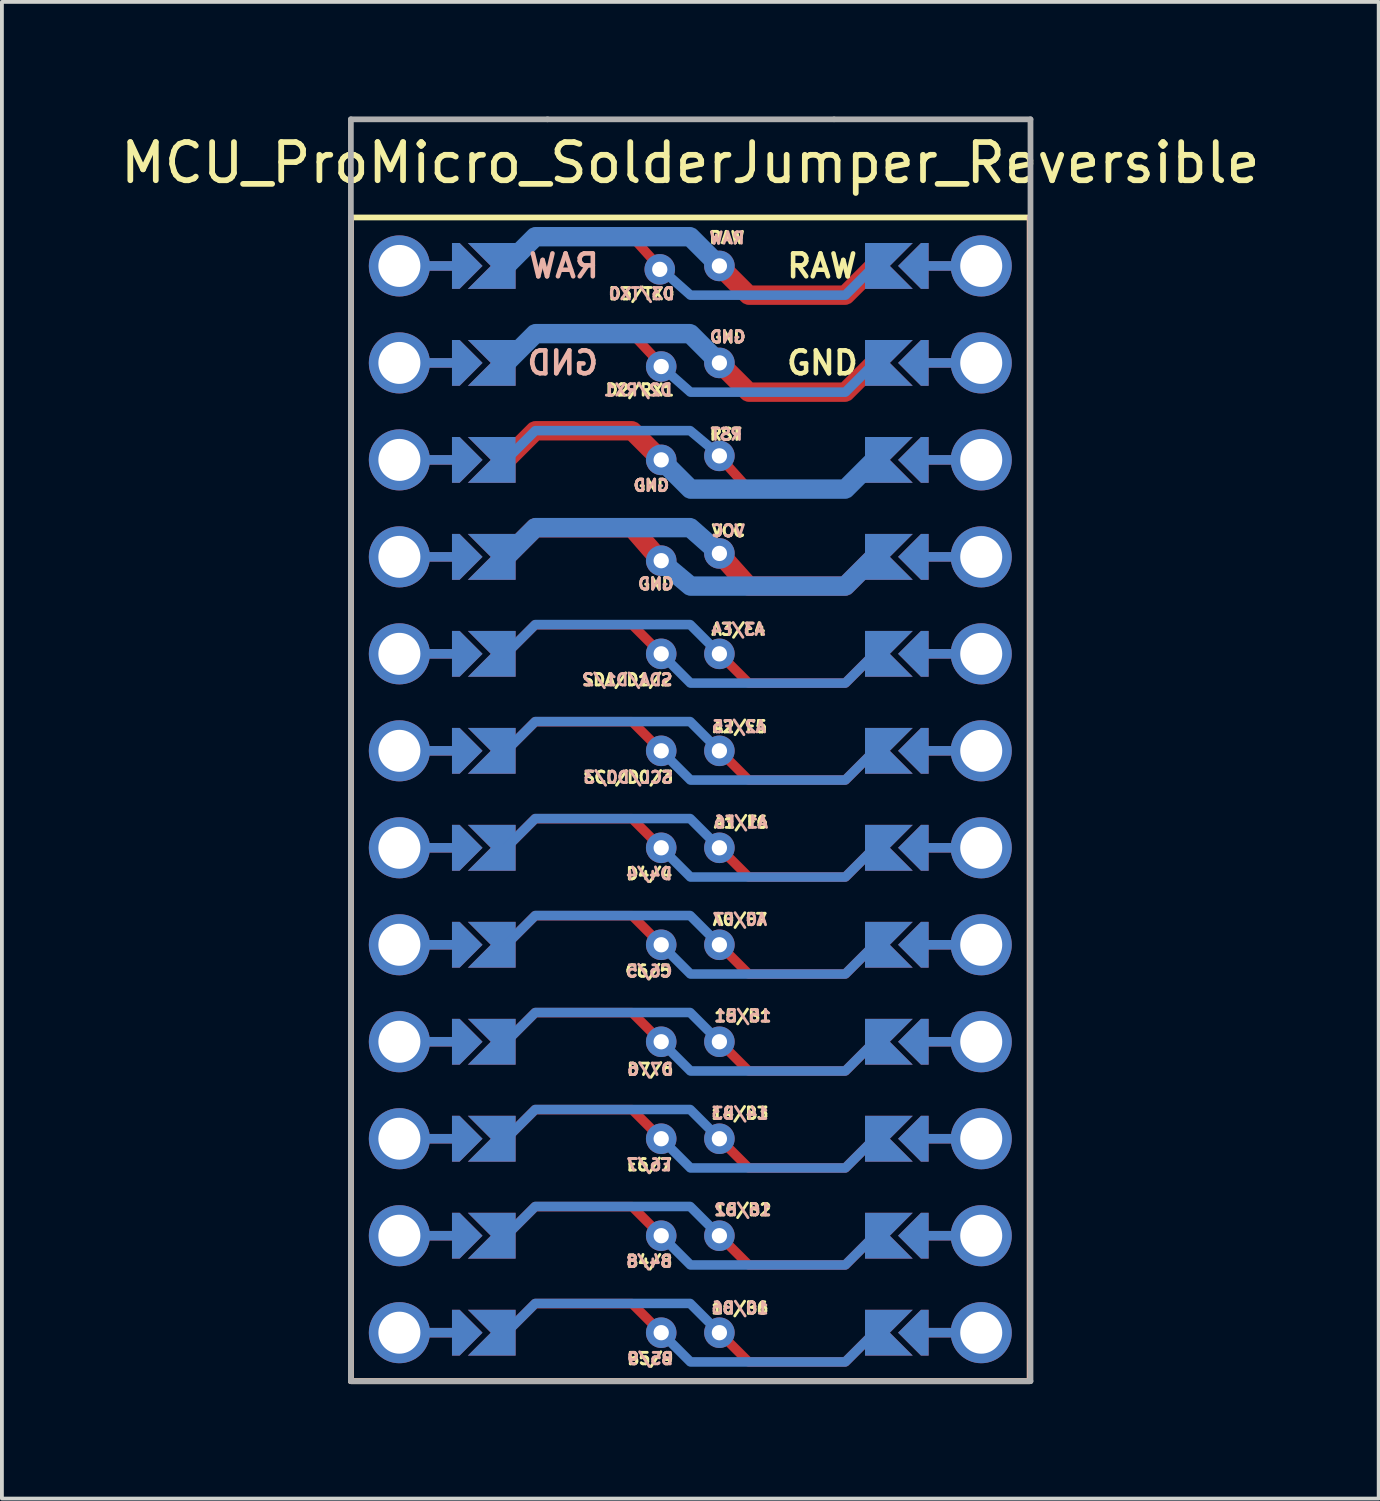
<source format=kicad_pcb>
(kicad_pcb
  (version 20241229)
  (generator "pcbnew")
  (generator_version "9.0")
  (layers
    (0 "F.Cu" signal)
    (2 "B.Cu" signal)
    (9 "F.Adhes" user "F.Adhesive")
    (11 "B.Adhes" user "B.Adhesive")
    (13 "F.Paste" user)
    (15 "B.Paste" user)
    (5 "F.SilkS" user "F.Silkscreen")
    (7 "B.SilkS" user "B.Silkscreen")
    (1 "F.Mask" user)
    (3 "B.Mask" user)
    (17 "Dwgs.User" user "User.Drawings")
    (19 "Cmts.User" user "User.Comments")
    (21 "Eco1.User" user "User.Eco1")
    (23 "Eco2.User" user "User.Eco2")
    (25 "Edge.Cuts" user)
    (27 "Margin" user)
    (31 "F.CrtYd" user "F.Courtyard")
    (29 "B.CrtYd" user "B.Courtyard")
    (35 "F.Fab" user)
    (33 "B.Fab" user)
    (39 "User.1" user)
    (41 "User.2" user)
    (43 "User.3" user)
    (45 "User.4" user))
  (footprint "MCU_ProMicro_SolderJumper_Reversible"
    (layer "F.Cu")
    (at 15.03 17.885)
    (property "Reference" "MCU_ProMicro_SolderJumper_Reversible" (at 0 -16.669 180) (layer "F.SilkS") (effects (font (size 1 1) (thickness 0.15))))
    (attr through_hole)
    (fp_circle (center -0.762 -13.97) (end -0.762 -13.845) (stroke (width 0.25) (type solid)) (fill no) (layer "F.Mask"))
    (fp_circle (center -0.762 -11.335) (end -0.762 -11.21) (stroke (width 0.25) (type solid)) (fill no) (layer "F.Mask"))
    (fp_circle (center -0.762 -8.89) (end -0.762 -8.765) (stroke (width 0.25) (type solid)) (fill no) (layer "F.Mask"))
    (fp_circle (center -0.762 -6.35) (end -0.762 -6.225) (stroke (width 0.25) (type solid)) (fill no) (layer "F.Mask"))
    (fp_circle (center -0.762 -3.81) (end -0.762 -3.685) (stroke (width 0.25) (type solid)) (fill no) (layer "F.Mask"))
    (fp_circle (center -0.762 -1.27) (end -0.762 -1.145) (stroke (width 0.25) (type solid)) (fill no) (layer "F.Mask"))
    (fp_circle (center -0.762 1.27) (end -0.762 1.395) (stroke (width 0.25) (type solid)) (fill no) (layer "F.Mask"))
    (fp_circle (center -0.762 3.81) (end -0.762 3.935) (stroke (width 0.25) (type solid)) (fill no) (layer "F.Mask"))
    (fp_circle (center -0.762 6.35) (end -0.762 6.475) (stroke (width 0.25) (type solid)) (fill no) (layer "F.Mask"))
    (fp_circle (center -0.762 8.89) (end -0.762 9.015) (stroke (width 0.25) (type solid)) (fill no) (layer "F.Mask"))
    (fp_circle (center -0.762 11.43) (end -0.762 11.555) (stroke (width 0.25) (type solid)) (fill no) (layer "F.Mask"))
    (fp_circle (center -0.762 13.97) (end -0.762 14.095) (stroke (width 0.25) (type solid)) (fill no) (layer "F.Mask"))
    (fp_circle (center 0.762 -13.97) (end 0.762 -13.845) (stroke (width 0.25) (type solid)) (fill no) (layer "F.Mask"))
    (fp_circle (center 0.762 -11.43) (end 0.762 -11.305) (stroke (width 0.25) (type solid)) (fill no) (layer "F.Mask"))
    (fp_circle (center 0.762 -8.995) (end 0.762 -8.87) (stroke (width 0.25) (type solid)) (fill no) (layer "F.Mask"))
    (fp_circle (center 0.762 -6.35) (end 0.762 -6.225) (stroke (width 0.25) (type solid)) (fill no) (layer "F.Mask"))
    (fp_circle (center 0.762 -3.81) (end 0.762 -3.685) (stroke (width 0.25) (type solid)) (fill no) (layer "F.Mask"))
    (fp_circle (center 0.762 -1.27) (end 0.762 -1.145) (stroke (width 0.25) (type solid)) (fill no) (layer "F.Mask"))
    (fp_circle (center 0.762 1.27) (end 0.762 1.395) (stroke (width 0.25) (type solid)) (fill no) (layer "F.Mask"))
    (fp_circle (center 0.762 3.81) (end 0.762 3.935) (stroke (width 0.25) (type solid)) (fill no) (layer "F.Mask"))
    (fp_circle (center 0.762 6.35) (end 0.762 6.475) (stroke (width 0.25) (type solid)) (fill no) (layer "F.Mask"))
    (fp_circle (center 0.762 8.89) (end 0.762 9.015) (stroke (width 0.25) (type solid)) (fill no) (layer "F.Mask"))
    (fp_circle (center 0.762 11.43) (end 0.762 11.555) (stroke (width 0.25) (type solid)) (fill no) (layer "F.Mask"))
    (fp_circle (center 0.762 13.97) (end 0.762 14.095) (stroke (width 0.25) (type solid)) (fill no) (layer "F.Mask"))
    (fp_poly (pts (xy -5.08 -14.478) (xy -5.08 -13.462) (xy -6.096 -13.462) (xy -6.096 -14.478)) (stroke (width 0.1) (type solid)) (fill yes) (layer "F.Mask"))
    (fp_poly (pts (xy -5.08 -11.938) (xy -5.08 -10.922) (xy -6.096 -10.922) (xy -6.096 -11.938)) (stroke (width 0.1) (type solid)) (fill yes) (layer "F.Mask"))
    (fp_poly (pts (xy -5.08 -9.398) (xy -5.08 -8.382) (xy -6.096 -8.382) (xy -6.096 -9.398)) (stroke (width 0.1) (type solid)) (fill yes) (layer "F.Mask"))
    (fp_poly (pts (xy -5.08 -6.858) (xy -5.08 -5.842) (xy -6.096 -5.842) (xy -6.096 -6.858)) (stroke (width 0.1) (type solid)) (fill yes) (layer "F.Mask"))
    (fp_poly (pts (xy -5.08 -4.318) (xy -5.08 -3.302) (xy -6.096 -3.302) (xy -6.096 -4.318)) (stroke (width 0.1) (type solid)) (fill yes) (layer "F.Mask"))
    (fp_poly (pts (xy -5.08 -1.778) (xy -5.08 -0.762) (xy -6.096 -0.762) (xy -6.096 -1.778)) (stroke (width 0.1) (type solid)) (fill yes) (layer "F.Mask"))
    (fp_poly (pts (xy -5.08 0.762) (xy -5.08 1.778) (xy -6.096 1.778) (xy -6.096 0.762)) (stroke (width 0.1) (type solid)) (fill yes) (layer "F.Mask"))
    (fp_poly (pts (xy -5.08 3.302) (xy -5.08 4.318) (xy -6.096 4.318) (xy -6.096 3.302)) (stroke (width 0.1) (type solid)) (fill yes) (layer "F.Mask"))
    (fp_poly (pts (xy -5.08 5.842) (xy -5.08 6.858) (xy -6.096 6.858) (xy -6.096 5.842)) (stroke (width 0.1) (type solid)) (fill yes) (layer "F.Mask"))
    (fp_poly (pts (xy -5.08 8.382) (xy -5.08 9.398) (xy -6.096 9.398) (xy -6.096 8.382)) (stroke (width 0.1) (type solid)) (fill yes) (layer "F.Mask"))
    (fp_poly (pts (xy -5.08 10.922) (xy -5.08 11.938) (xy -6.096 11.938) (xy -6.096 10.922)) (stroke (width 0.1) (type solid)) (fill yes) (layer "F.Mask"))
    (fp_poly (pts (xy -5.08 13.462) (xy -5.08 14.478) (xy -6.096 14.478) (xy -6.096 13.462)) (stroke (width 0.1) (type solid)) (fill yes) (layer "F.Mask"))
    (fp_poly (pts (xy 5.08 -13.462) (xy 5.08 -14.478) (xy 6.096 -14.478) (xy 6.096 -13.462)) (stroke (width 0.1) (type solid)) (fill yes) (layer "F.Mask"))
    (fp_poly (pts (xy 5.08 -10.922) (xy 5.08 -11.938) (xy 6.096 -11.938) (xy 6.096 -10.922)) (stroke (width 0.1) (type solid)) (fill yes) (layer "F.Mask"))
    (fp_poly (pts (xy 5.08 -8.382) (xy 5.08 -9.398) (xy 6.096 -9.398) (xy 6.096 -8.382)) (stroke (width 0.1) (type solid)) (fill yes) (layer "F.Mask"))
    (fp_poly (pts (xy 5.08 -5.842) (xy 5.08 -6.858) (xy 6.096 -6.858) (xy 6.096 -5.842)) (stroke (width 0.1) (type solid)) (fill yes) (layer "F.Mask"))
    (fp_poly (pts (xy 5.08 -3.302) (xy 5.08 -4.318) (xy 6.096 -4.318) (xy 6.096 -3.302)) (stroke (width 0.1) (type solid)) (fill yes) (layer "F.Mask"))
    (fp_poly (pts (xy 5.08 -0.762) (xy 5.08 -1.778) (xy 6.096 -1.778) (xy 6.096 -0.762)) (stroke (width 0.1) (type solid)) (fill yes) (layer "F.Mask"))
    (fp_poly (pts (xy 5.08 1.778) (xy 5.08 0.762) (xy 6.096 0.762) (xy 6.096 1.778)) (stroke (width 0.1) (type solid)) (fill yes) (layer "F.Mask"))
    (fp_poly (pts (xy 5.08 4.318) (xy 5.08 3.302) (xy 6.096 3.302) (xy 6.096 4.318)) (stroke (width 0.1) (type solid)) (fill yes) (layer "F.Mask"))
    (fp_poly (pts (xy 5.08 6.858) (xy 5.08 5.842) (xy 6.096 5.842) (xy 6.096 6.858)) (stroke (width 0.1) (type solid)) (fill yes) (layer "F.Mask"))
    (fp_poly (pts (xy 5.08 9.398) (xy 5.08 8.382) (xy 6.096 8.382) (xy 6.096 9.398)) (stroke (width 0.1) (type solid)) (fill yes) (layer "F.Mask"))
    (fp_poly (pts (xy 5.08 11.938) (xy 5.08 10.922) (xy 6.096 10.922) (xy 6.096 11.938)) (stroke (width 0.1) (type solid)) (fill yes) (layer "F.Mask"))
    (fp_poly (pts (xy 5.08 14.478) (xy 5.08 13.462) (xy 6.096 13.462) (xy 6.096 14.478)) (stroke (width 0.1) (type solid)) (fill yes) (layer "F.Mask"))
    (fp_circle (center -0.762 -13.97) (end -0.762 -13.845) (stroke (width 0.25) (type solid)) (fill no) (layer "B.Mask"))
    (fp_circle (center -0.762 -11.335) (end -0.762 -11.21) (stroke (width 0.25) (type solid)) (fill no) (layer "B.Mask"))
    (fp_circle (center -0.762 -8.89) (end -0.762 -8.765) (stroke (width 0.25) (type solid)) (fill no) (layer "B.Mask"))
    (fp_circle (center -0.762 -6.35) (end -0.762 -6.225) (stroke (width 0.25) (type solid)) (fill no) (layer "B.Mask"))
    (fp_circle (center -0.762 -3.81) (end -0.762 -3.685) (stroke (width 0.25) (type solid)) (fill no) (layer "B.Mask"))
    (fp_circle (center -0.762 -1.27) (end -0.762 -1.145) (stroke (width 0.25) (type solid)) (fill no) (layer "B.Mask"))
    (fp_circle (center -0.762 1.27) (end -0.762 1.395) (stroke (width 0.25) (type solid)) (fill no) (layer "B.Mask"))
    (fp_circle (center -0.762 3.81) (end -0.762 3.935) (stroke (width 0.25) (type solid)) (fill no) (layer "B.Mask"))
    (fp_circle (center -0.762 6.35) (end -0.762 6.475) (stroke (width 0.25) (type solid)) (fill no) (layer "B.Mask"))
    (fp_circle (center -0.762 8.89) (end -0.762 9.015) (stroke (width 0.25) (type solid)) (fill no) (layer "B.Mask"))
    (fp_circle (center -0.762 11.43) (end -0.762 11.555) (stroke (width 0.25) (type solid)) (fill no) (layer "B.Mask"))
    (fp_circle (center -0.762 13.97) (end -0.762 14.095) (stroke (width 0.25) (type solid)) (fill no) (layer "B.Mask"))
    (fp_circle (center 0.762 -13.97) (end 0.762 -13.845) (stroke (width 0.25) (type solid)) (fill no) (layer "B.Mask"))
    (fp_circle (center 0.762 -11.43) (end 0.762 -11.305) (stroke (width 0.25) (type solid)) (fill no) (layer "B.Mask"))
    (fp_circle (center 0.762 -8.995) (end 0.762 -8.87) (stroke (width 0.25) (type solid)) (fill no) (layer "B.Mask"))
    (fp_circle (center 0.762 -6.35) (end 0.762 -6.225) (stroke (width 0.25) (type solid)) (fill no) (layer "B.Mask"))
    (fp_circle (center 0.762 -3.81) (end 0.762 -3.685) (stroke (width 0.25) (type solid)) (fill no) (layer "B.Mask"))
    (fp_circle (center 0.762 -1.27) (end 0.762 -1.145) (stroke (width 0.25) (type solid)) (fill no) (layer "B.Mask"))
    (fp_circle (center 0.762 1.27) (end 0.762 1.395) (stroke (width 0.25) (type solid)) (fill no) (layer "B.Mask"))
    (fp_circle (center 0.762 3.81) (end 0.762 3.935) (stroke (width 0.25) (type solid)) (fill no) (layer "B.Mask"))
    (fp_circle (center 0.762 6.35) (end 0.762 6.475) (stroke (width 0.25) (type solid)) (fill no) (layer "B.Mask"))
    (fp_circle (center 0.762 8.89) (end 0.762 9.015) (stroke (width 0.25) (type solid)) (fill no) (layer "B.Mask"))
    (fp_circle (center 0.762 11.43) (end 0.762 11.555) (stroke (width 0.25) (type solid)) (fill no) (layer "B.Mask"))
    (fp_circle (center 0.762 13.97) (end 0.762 14.095) (stroke (width 0.25) (type solid)) (fill no) (layer "B.Mask"))
    (fp_poly (pts (xy -5.08 -14.478) (xy -5.08 -13.462) (xy -6.096 -13.462) (xy -6.096 -14.478)) (stroke (width 0.1) (type solid)) (fill yes) (layer "B.Mask"))
    (fp_poly (pts (xy -5.08 -11.938) (xy -5.08 -10.922) (xy -6.096 -10.922) (xy -6.096 -11.938)) (stroke (width 0.1) (type solid)) (fill yes) (layer "B.Mask"))
    (fp_poly (pts (xy -5.08 -9.398) (xy -5.08 -8.382) (xy -6.096 -8.382) (xy -6.096 -9.398)) (stroke (width 0.1) (type solid)) (fill yes) (layer "B.Mask"))
    (fp_poly (pts (xy -5.08 -6.858) (xy -5.08 -5.842) (xy -6.096 -5.842) (xy -6.096 -6.858)) (stroke (width 0.1) (type solid)) (fill yes) (layer "B.Mask"))
    (fp_poly (pts (xy -5.08 -4.318) (xy -5.08 -3.302) (xy -6.096 -3.302) (xy -6.096 -4.318)) (stroke (width 0.1) (type solid)) (fill yes) (layer "B.Mask"))
    (fp_poly (pts (xy -5.08 -1.778) (xy -5.08 -0.762) (xy -6.096 -0.762) (xy -6.096 -1.778)) (stroke (width 0.1) (type solid)) (fill yes) (layer "B.Mask"))
    (fp_poly (pts (xy -5.08 0.762) (xy -5.08 1.778) (xy -6.096 1.778) (xy -6.096 0.762)) (stroke (width 0.1) (type solid)) (fill yes) (layer "B.Mask"))
    (fp_poly (pts (xy -5.08 3.302) (xy -5.08 4.318) (xy -6.096 4.318) (xy -6.096 3.302)) (stroke (width 0.1) (type solid)) (fill yes) (layer "B.Mask"))
    (fp_poly (pts (xy -5.08 5.842) (xy -5.08 6.858) (xy -6.096 6.858) (xy -6.096 5.842)) (stroke (width 0.1) (type solid)) (fill yes) (layer "B.Mask"))
    (fp_poly (pts (xy -5.08 8.382) (xy -5.08 9.398) (xy -6.096 9.398) (xy -6.096 8.382)) (stroke (width 0.1) (type solid)) (fill yes) (layer "B.Mask"))
    (fp_poly (pts (xy -5.08 10.922) (xy -5.08 11.938) (xy -6.096 11.938) (xy -6.096 10.922)) (stroke (width 0.1) (type solid)) (fill yes) (layer "B.Mask"))
    (fp_poly (pts (xy -5.08 13.462) (xy -5.08 14.478) (xy -6.096 14.478) (xy -6.096 13.462)) (stroke (width 0.1) (type solid)) (fill yes) (layer "B.Mask"))
    (fp_poly (pts (xy 5.08 -13.462) (xy 5.08 -14.478) (xy 6.096 -14.478) (xy 6.096 -13.462)) (stroke (width 0.1) (type solid)) (fill yes) (layer "B.Mask"))
    (fp_poly (pts (xy 5.08 -10.922) (xy 5.08 -11.938) (xy 6.096 -11.938) (xy 6.096 -10.922)) (stroke (width 0.1) (type solid)) (fill yes) (layer "B.Mask"))
    (fp_poly (pts (xy 5.08 -8.382) (xy 5.08 -9.398) (xy 6.096 -9.398) (xy 6.096 -8.382)) (stroke (width 0.1) (type solid)) (fill yes) (layer "B.Mask"))
    (fp_poly (pts (xy 5.08 -5.842) (xy 5.08 -6.858) (xy 6.096 -6.858) (xy 6.096 -5.842)) (stroke (width 0.1) (type solid)) (fill yes) (layer "B.Mask"))
    (fp_poly (pts (xy 5.08 -3.302) (xy 5.08 -4.318) (xy 6.096 -4.318) (xy 6.096 -3.302)) (stroke (width 0.1) (type solid)) (fill yes) (layer "B.Mask"))
    (fp_poly (pts (xy 5.08 -0.762) (xy 5.08 -1.778) (xy 6.096 -1.778) (xy 6.096 -0.762)) (stroke (width 0.1) (type solid)) (fill yes) (layer "B.Mask"))
    (fp_poly (pts (xy 5.08 1.778) (xy 5.08 0.762) (xy 6.096 0.762) (xy 6.096 1.778)) (stroke (width 0.1) (type solid)) (fill yes) (layer "B.Mask"))
    (fp_poly (pts (xy 5.08 4.318) (xy 5.08 3.302) (xy 6.096 3.302) (xy 6.096 4.318)) (stroke (width 0.1) (type solid)) (fill yes) (layer "B.Mask"))
    (fp_poly (pts (xy 5.08 6.858) (xy 5.08 5.842) (xy 6.096 5.842) (xy 6.096 6.858)) (stroke (width 0.1) (type solid)) (fill yes) (layer "B.Mask"))
    (fp_poly (pts (xy 5.08 9.398) (xy 5.08 8.382) (xy 6.096 8.382) (xy 6.096 9.398)) (stroke (width 0.1) (type solid)) (fill yes) (layer "B.Mask"))
    (fp_poly (pts (xy 5.08 11.938) (xy 5.08 10.922) (xy 6.096 10.922) (xy 6.096 11.938)) (stroke (width 0.1) (type solid)) (fill yes) (layer "B.Mask"))
    (fp_poly (pts (xy 5.08 14.478) (xy 5.08 13.462) (xy 6.096 13.462) (xy 6.096 14.478)) (stroke (width 0.1) (type solid)) (fill yes) (layer "B.Mask"))
    (fp_line (start -8.89 -15.24) (end -8.89 15.24) (stroke (width 0.15) (type solid)) (layer "F.SilkS"))
    (fp_line (start -8.89 -15.24) (end 8.89 -15.24) (stroke (width 0.15) (type solid)) (layer "F.SilkS"))
    (fp_line (start 8.89 -15.24) (end 8.89 15.24) (stroke (width 0.15) (type solid)) (layer "F.SilkS"))
    (fp_line (start 8.89 15.24) (end -8.89 15.24) (stroke (width 0.15) (type solid)) (layer "F.SilkS"))
    (fp_line (start -8.89 -15.24) (end -8.89 15.24) (stroke (width 0.15) (type solid)) (layer "B.SilkS"))
    (fp_line (start 8.89 -15.24) (end 8.89 15.24) (stroke (width 0.15) (type solid)) (layer "B.SilkS"))
    (fp_line (start 8.89 15.24) (end -8.89 15.24) (stroke (width 0.15) (type solid)) (layer "B.SilkS"))
    (fp_line (start -8.89 -17.81) (end -3.74 -17.81) (stroke (width 0.15) (type solid)) (layer "F.Fab"))
    (fp_line (start -8.89 15.24) (end -8.89 -17.81) (stroke (width 0.15) (type solid)) (layer "F.Fab"))
    (fp_line (start -3.74 -17.81) (end 3.76 -17.81) (stroke (width 0.15) (type solid)) (layer "F.Fab"))
    (fp_line (start 3.77 -17.81) (end 8.91 -17.81) (stroke (width 0.15) (type solid)) (layer "F.Fab"))
    (fp_line (start 8.91 -17.81) (end 8.91 15.24) (stroke (width 0.15) (type solid)) (layer "F.Fab"))
    (fp_line (start 8.91 15.24) (end -8.89 15.24) (stroke (width 0.15) (type solid)) (layer "F.Fab"))
    (fp_text user "RAW" (at 3.45 -13.97 0) (unlocked yes) (layer "F.SilkS") (effects (font (size 0.6 0.6) (thickness 0.12))))
    (fp_text user "D2/RX1" (at -1.32 -10.72 0) (unlocked yes) (layer "F.SilkS") (effects (font (size 0.3 0.3) (thickness 0.075))))
    (fp_text user "10/B6" (at 1.3 13.325 0) (unlocked yes) (layer "F.SilkS") (effects (font (size 0.3 0.3) (thickness 0.075))))
    (fp_text user "GND" (at -1.02 -8.22 0) (unlocked yes) (layer "F.SilkS") (effects (font (size 0.3 0.3) (thickness 0.075))))
    (fp_text user "16/B2" (at 1.375 10.75 0) (unlocked yes) (layer "F.SilkS") (effects (font (size 0.3 0.3) (thickness 0.075))))
    (fp_text user "B5/9" (at -1.05 14.65 0) (unlocked yes) (layer "F.SilkS") (effects (font (size 0.3 0.3) (thickness 0.075))))
    (fp_text user "GND" (at 3.46 -11.43 0) (unlocked yes) (layer "F.SilkS") (effects (font (size 0.6 0.6) (thickness 0.12))))
    (fp_text user "VCC" (at 1 -7.03 0) (unlocked yes) (layer "F.SilkS") (effects (font (size 0.3 0.3) (thickness 0.075))))
    (fp_text user "D3/TX0" (at -1.275 -13.24 0) (unlocked yes) (layer "F.SilkS") (effects (font (size 0.3 0.3) (thickness 0.075))))
    (fp_text user "SDA/D1/2" (at -1.65 -3.13 0) (unlocked yes) (layer "F.SilkS") (effects (font (size 0.3 0.3) (thickness 0.075))))
    (fp_text user "A0/F7" (at 1.3 3.15 0) (unlocked yes) (layer "F.SilkS") (effects (font (size 0.3 0.3) (thickness 0.075))))
    (fp_text user "GND" (at 0.98 -12.11 0) (unlocked yes) (layer "F.SilkS") (effects (font (size 0.3 0.3) (thickness 0.075))))
    (fp_text user "A1/F6" (at 1.325 0.6 0) (unlocked yes) (layer "F.SilkS") (effects (font (size 0.3 0.3) (thickness 0.075))))
    (fp_text user "SCL/D0/3" (at -1.625 -0.575 0) (unlocked yes) (layer "F.SilkS") (effects (font (size 0.3 0.3) (thickness 0.075))))
    (fp_text user "A2/F5" (at 1.3 -1.9 0) (unlocked yes) (layer "F.SilkS") (effects (font (size 0.3 0.3) (thickness 0.075))))
    (fp_text user "D7/6" (at -1.05 7.075 0) (unlocked yes) (layer "F.SilkS") (effects (font (size 0.3 0.3) (thickness 0.075))))
    (fp_text user "RST" (at 0.925 -9.56 0) (unlocked yes) (layer "F.SilkS") (effects (font (size 0.3 0.3) (thickness 0.075))))
    (fp_text user "D4/4" (at -1.075 1.95 0) (unlocked yes) (layer "F.SilkS") (effects (font (size 0.3 0.3) (thickness 0.075))))
    (fp_text user "C6/5" (at -1.1 4.5 0) (unlocked yes) (layer "F.SilkS") (effects (font (size 0.3 0.3) (thickness 0.075))))
    (fp_text user "A3/F4" (at 1.26 -4.45 0) (unlocked yes) (layer "F.SilkS") (effects (font (size 0.3 0.3) (thickness 0.075))))
    (fp_text user "14/B3" (at 1.3 8.225 0) (unlocked yes) (layer "F.SilkS") (effects (font (size 0.3 0.3) (thickness 0.075))))
    (fp_text user "B4/8" (at -1.075 12.1 0) (unlocked yes) (layer "F.SilkS") (effects (font (size 0.3 0.3) (thickness 0.075))))
    (fp_text user "15/B1" (at 1.375 5.675 0) (unlocked yes) (layer "F.SilkS") (effects (font (size 0.3 0.3) (thickness 0.075))))
    (fp_text user "RAW" (at 0.96 -14.71 0) (unlocked yes) (layer "F.SilkS") (effects (font (size 0.3 0.3) (thickness 0.075))))
    (fp_text user "GND" (at -0.9 -5.64 0) (unlocked yes) (layer "F.SilkS") (effects (font (size 0.3 0.3) (thickness 0.075))))
    (fp_text user "E6/7" (at -1.075 9.575 0) (unlocked yes) (layer "F.SilkS") (effects (font (size 0.3 0.3) (thickness 0.075))))
    (fp_text user "GND" (at -1.02 -8.22 0) (unlocked yes) (layer "B.SilkS") (effects (font (size 0.3 0.3) (thickness 0.075)) (justify mirror)))
    (fp_text user "A0/F7" (at 1.3 3.15 0) (unlocked yes) (layer "B.SilkS") (effects (font (size 0.3 0.3) (thickness 0.075)) (justify mirror)))
    (fp_text user "D7/6" (at -1.05 7.075 0) (unlocked yes) (layer "B.SilkS") (effects (font (size 0.3 0.3) (thickness 0.075)) (justify mirror)))
    (fp_text user "RST" (at 0.95 -9.56 0) (unlocked yes) (layer "B.SilkS") (effects (font (size 0.3 0.3) (thickness 0.075)) (justify mirror)))
    (fp_text user "15/B1" (at 1.375 5.675 0) (unlocked yes) (layer "B.SilkS") (effects (font (size 0.3 0.3) (thickness 0.075)) (justify mirror)))
    (fp_text user "D3/TX0" (at -1.275 -13.24 0) (unlocked yes) (layer "B.SilkS") (effects (font (size 0.3 0.3) (thickness 0.075)) (justify mirror)))
    (fp_text user "GND" (at 0.98 -12.11 0) (unlocked yes) (layer "B.SilkS") (effects (font (size 0.3 0.3) (thickness 0.075)) (justify mirror)))
    (fp_text user "E6/7" (at -1.075 9.575 0) (unlocked yes) (layer "B.SilkS") (effects (font (size 0.3 0.3) (thickness 0.075)) (justify mirror)))
    (fp_text user "D4/4" (at -1.077 1.95 0) (unlocked yes) (layer "B.SilkS") (effects (font (size 0.3 0.3) (thickness 0.075)) (justify mirror)))
    (fp_text user "16/B2" (at 1.375 10.75 0) (unlocked yes) (layer "B.SilkS") (effects (font (size 0.3 0.3) (thickness 0.075)) (justify mirror)))
    (fp_text user "GND" (at -3.34 -11.43 0) (unlocked yes) (layer "B.SilkS") (effects (font (size 0.6 0.6) (thickness 0.12)) (justify mirror)))
    (fp_text user "14/B3" (at 1.3 8.225 0) (unlocked yes) (layer "B.SilkS") (effects (font (size 0.3 0.3) (thickness 0.075)) (justify mirror)))
    (fp_text user "10/B6" (at 1.3 13.325 0) (unlocked yes) (layer "B.SilkS") (effects (font (size 0.3 0.3) (thickness 0.075)) (justify mirror)))
    (fp_text user "B4/8" (at -1.075 12.1 0) (unlocked yes) (layer "B.SilkS") (effects (font (size 0.3 0.3) (thickness 0.075)) (justify mirror)))
    (fp_text user "A1/F6" (at 1.325 0.6 0) (unlocked yes) (layer "B.SilkS") (effects (font (size 0.3 0.3) (thickness 0.075)) (justify mirror)))
    (fp_text user "SCL/D0/3" (at -1.625 -0.575 0) (unlocked yes) (layer "B.SilkS") (effects (font (size 0.3 0.3) (thickness 0.075)) (justify mirror)))
    (fp_text user "RAW" (at 0.96 -14.7 0) (unlocked yes) (layer "B.SilkS") (effects (font (size 0.3 0.3) (thickness 0.075)) (justify mirror)))
    (fp_text user "A2/F5" (at 1.275 -1.9 0) (unlocked yes) (layer "B.SilkS") (effects (font (size 0.3 0.3) (thickness 0.075)) (justify mirror)))
    (fp_text user "C6/5" (at -1.075 4.5 0) (unlocked yes) (layer "B.SilkS") (effects (font (size 0.3 0.3) (thickness 0.075)) (justify mirror)))
    (fp_text user "RAW" (at -3.31 -13.97 0) (unlocked yes) (layer "B.SilkS") (effects (font (size 0.6 0.6) (thickness 0.12)) (justify mirror)))
    (fp_text user "D2/RX1" (at -1.37 -10.72 0) (unlocked yes) (layer "B.SilkS") (effects (font (size 0.3 0.3) (thickness 0.075)) (justify mirror)))
    (fp_text user "GND" (at -0.9 -5.64 0) (unlocked yes) (layer "B.SilkS") (effects (font (size 0.3 0.3) (thickness 0.075)) (justify mirror)))
    (fp_text user "A3/F4" (at 1.25 -4.45 0) (unlocked yes) (layer "B.SilkS") (effects (font (size 0.3 0.3) (thickness 0.075)) (justify mirror)))
    (fp_text user "SDA/D1/2" (at -1.65 -3.13 0) (unlocked yes) (layer "B.SilkS") (effects (font (size 0.3 0.3) (thickness 0.075)) (justify mirror)))
    (fp_text user "VCC" (at 0.99 -7.03 0) (unlocked yes) (layer "B.SilkS") (effects (font (size 0.3 0.3) (thickness 0.075)) (justify mirror)))
    (fp_text user "B5/9" (at -1.05 14.65 0) (unlocked yes) (layer "B.SilkS") (effects (font (size 0.3 0.3) (thickness 0.075)) (justify mirror)))
    (pad "" thru_hole circle (at -7.62 -13.97 270) (size 1.6 1.6) (drill 1.1) (layers "*.Cu" "*.Mask"))
    (pad "" thru_hole circle (at -7.62 -11.43 270) (size 1.6 1.6) (drill 1.1) (layers "*.Cu" "*.Mask"))
    (pad "" thru_hole circle (at -7.62 -8.89 270) (size 1.6 1.6) (drill 1.1) (layers "*.Cu" "*.Mask"))
    (pad "" thru_hole circle (at -7.62 -6.35 270) (size 1.6 1.6) (drill 1.1) (layers "*.Cu" "*.Mask"))
    (pad "" thru_hole circle (at -7.62 -3.81 270) (size 1.6 1.6) (drill 1.1) (layers "*.Cu" "*.Mask"))
    (pad "" thru_hole circle (at -7.62 -1.27 270) (size 1.6 1.6) (drill 1.1) (layers "*.Cu" "*.Mask"))
    (pad "" thru_hole circle (at -7.62 1.27 270) (size 1.6 1.6) (drill 1.1) (layers "*.Cu" "*.Mask"))
    (pad "" thru_hole circle (at -7.62 3.81 270) (size 1.6 1.6) (drill 1.1) (layers "*.Cu" "*.Mask"))
    (pad "" thru_hole circle (at -7.62 6.35 270) (size 1.6 1.6) (drill 1.1) (layers "*.Cu" "*.Mask"))
    (pad "" thru_hole circle (at -7.62 8.89 270) (size 1.6 1.6) (drill 1.1) (layers "*.Cu" "*.Mask"))
    (pad "" thru_hole circle (at -7.62 11.43 270) (size 1.6 1.6) (drill 1.1) (layers "*.Cu" "*.Mask"))
    (pad "" thru_hole circle (at -7.62 13.97 270) (size 1.6 1.6) (drill 1.1) (layers "*.Cu" "*.Mask"))
    (pad "" smd custom (at -6.35 -13.97 90) (size 0.25 1) (layers "F.Cu") (options (anchor rect)) (primitives))
    (pad "" smd custom (at -6.35 -13.97 90) (size 0.25 1) (layers "B.Cu") (options (anchor rect)) (primitives))
    (pad "" smd custom (at -6.35 -11.43 90) (size 0.25 1) (layers "F.Cu") (options (anchor rect)) (primitives))
    (pad "" smd custom (at -6.35 -11.43 90) (size 0.25 1) (layers "B.Cu") (options (anchor rect)) (primitives))
    (pad "" smd custom (at -6.35 -8.89 90) (size 0.25 1) (layers "F.Cu") (options (anchor rect)) (primitives))
    (pad "" smd custom (at -6.35 -8.89 90) (size 0.25 1) (layers "B.Cu") (options (anchor rect)) (primitives))
    (pad "" smd custom (at -6.35 -6.35 90) (size 0.25 1) (layers "F.Cu") (options (anchor rect)) (primitives))
    (pad "" smd custom (at -6.35 -6.35 90) (size 0.25 1) (layers "B.Cu") (options (anchor rect)) (primitives))
    (pad "" smd custom (at -6.35 -3.81 90) (size 0.25 1) (layers "F.Cu") (options (anchor rect)) (primitives))
    (pad "" smd custom (at -6.35 -3.81 90) (size 0.25 1) (layers "B.Cu") (options (anchor rect)) (primitives))
    (pad "" smd custom (at -6.35 -1.27 90) (size 0.25 1) (layers "F.Cu") (options (anchor rect)) (primitives))
    (pad "" smd custom (at -6.35 -1.27 90) (size 0.25 1) (layers "B.Cu") (options (anchor rect)) (primitives))
    (pad "" smd custom (at -6.35 1.27 90) (size 0.25 1) (layers "F.Cu") (options (anchor rect)) (primitives))
    (pad "" smd custom (at -6.35 1.27 90) (size 0.25 1) (layers "B.Cu") (options (anchor rect)) (primitives))
    (pad "" smd custom (at -6.35 3.81 90) (size 0.25 1) (layers "F.Cu") (options (anchor rect)) (primitives))
    (pad "" smd custom (at -6.35 3.81 90) (size 0.25 1) (layers "B.Cu") (options (anchor rect)) (primitives))
    (pad "" smd custom (at -6.35 6.35 90) (size 0.25 1) (layers "F.Cu") (options (anchor rect)) (primitives))
    (pad "" smd custom (at -6.35 6.35 90) (size 0.25 1) (layers "B.Cu") (options (anchor rect)) (primitives))
    (pad "" smd custom (at -6.35 8.89 90) (size 0.25 1) (layers "F.Cu") (options (anchor rect)) (primitives))
    (pad "" smd custom (at -6.35 8.89 90) (size 0.25 1) (layers "B.Cu") (options (anchor rect)) (primitives))
    (pad "" smd custom (at -6.35 11.43 90) (size 0.25 1) (layers "F.Cu") (options (anchor rect)) (primitives))
    (pad "" smd custom (at -6.35 11.43 90) (size 0.25 1) (layers "B.Cu") (options (anchor rect)) (primitives))
    (pad "" smd custom (at -6.35 13.97 90) (size 0.25 1) (layers "F.Cu") (options (anchor rect)) (primitives))
    (pad "" smd custom (at -6.35 13.97 90) (size 0.25 1) (layers "B.Cu") (options (anchor rect)) (primitives))
    (pad "" smd custom (at -5.842 -13.97 90) (size 0.1 0.1) (layers "F.Cu" "F.Mask") (options (anchor rect)) (primitives (gr_poly (pts (xy 0.6 -0.2) (xy 0 0.4) (xy -0.6 -0.2) (xy -0.6 -0.4) (xy 0.6 -0.4)) (width 0) (fill yes))))
    (pad "" smd custom (at -5.842 -13.97 90) (size 0.1 0.1) (layers "B.Cu" "B.Mask") (options (anchor rect)) (primitives (gr_poly (pts (xy 0.6 -0.2) (xy 0 0.4) (xy -0.6 -0.2) (xy -0.6 -0.4) (xy 0.6 -0.4)) (width 0) (fill yes))))
    (pad "" smd custom (at -5.842 -11.43 90) (size 0.1 0.1) (layers "F.Cu" "F.Mask") (options (anchor rect)) (primitives (gr_poly (pts (xy 0.6 -0.2) (xy 0 0.4) (xy -0.6 -0.2) (xy -0.6 -0.4) (xy 0.6 -0.4)) (width 0) (fill yes))))
    (pad "" smd custom (at -5.842 -11.43 90) (size 0.1 0.1) (layers "B.Cu" "B.Mask") (options (anchor rect)) (primitives (gr_poly (pts (xy 0.6 -0.2) (xy 0 0.4) (xy -0.6 -0.2) (xy -0.6 -0.4) (xy 0.6 -0.4)) (width 0) (fill yes))))
    (pad "" smd custom (at -5.842 -8.89 90) (size 0.1 0.1) (layers "F.Cu" "F.Mask") (options (anchor rect)) (primitives (gr_poly (pts (xy 0.6 -0.2) (xy 0 0.4) (xy -0.6 -0.2) (xy -0.6 -0.4) (xy 0.6 -0.4)) (width 0) (fill yes))))
    (pad "" smd custom (at -5.842 -8.89 90) (size 0.1 0.1) (layers "B.Cu" "B.Mask") (options (anchor rect)) (primitives (gr_poly (pts (xy 0.6 -0.2) (xy 0 0.4) (xy -0.6 -0.2) (xy -0.6 -0.4) (xy 0.6 -0.4)) (width 0) (fill yes))))
    (pad "" smd custom (at -5.842 -6.35 90) (size 0.1 0.1) (layers "F.Cu" "F.Mask") (options (anchor rect)) (primitives (gr_poly (pts (xy 0.6 -0.2) (xy 0 0.4) (xy -0.6 -0.2) (xy -0.6 -0.4) (xy 0.6 -0.4)) (width 0) (fill yes))))
    (pad "" smd custom (at -5.842 -6.35 90) (size 0.1 0.1) (layers "B.Cu" "B.Mask") (options (anchor rect)) (primitives (gr_poly (pts (xy 0.6 -0.2) (xy 0 0.4) (xy -0.6 -0.2) (xy -0.6 -0.4) (xy 0.6 -0.4)) (width 0) (fill yes))))
    (pad "" smd custom (at -5.842 -3.81 90) (size 0.1 0.1) (layers "F.Cu" "F.Mask") (options (anchor rect)) (primitives (gr_poly (pts (xy 0.6 -0.2) (xy 0 0.4) (xy -0.6 -0.2) (xy -0.6 -0.4) (xy 0.6 -0.4)) (width 0) (fill yes))))
    (pad "" smd custom (at -5.842 -3.81 90) (size 0.1 0.1) (layers "B.Cu" "B.Mask") (options (anchor rect)) (primitives (gr_poly (pts (xy 0.6 -0.2) (xy 0 0.4) (xy -0.6 -0.2) (xy -0.6 -0.4) (xy 0.6 -0.4)) (width 0) (fill yes))))
    (pad "" smd custom (at -5.842 -1.27 90) (size 0.1 0.1) (layers "F.Cu" "F.Mask") (options (anchor rect)) (primitives (gr_poly (pts (xy 0.6 -0.2) (xy 0 0.4) (xy -0.6 -0.2) (xy -0.6 -0.4) (xy 0.6 -0.4)) (width 0) (fill yes))))
    (pad "" smd custom (at -5.842 -1.27 90) (size 0.1 0.1) (layers "B.Cu" "B.Mask") (options (anchor rect)) (primitives (gr_poly (pts (xy 0.6 -0.2) (xy 0 0.4) (xy -0.6 -0.2) (xy -0.6 -0.4) (xy 0.6 -0.4)) (width 0) (fill yes))))
    (pad "" smd custom (at -5.842 1.27 90) (size 0.1 0.1) (layers "F.Cu" "F.Mask") (options (anchor rect)) (primitives (gr_poly (pts (xy 0.6 -0.2) (xy 0 0.4) (xy -0.6 -0.2) (xy -0.6 -0.4) (xy 0.6 -0.4)) (width 0) (fill yes))))
    (pad "" smd custom (at -5.842 1.27 90) (size 0.1 0.1) (layers "B.Cu" "B.Mask") (options (anchor rect)) (primitives (gr_poly (pts (xy 0.6 -0.2) (xy 0 0.4) (xy -0.6 -0.2) (xy -0.6 -0.4) (xy 0.6 -0.4)) (width 0) (fill yes))))
    (pad "" smd custom (at -5.842 3.81 90) (size 0.1 0.1) (layers "F.Cu" "F.Mask") (options (anchor rect)) (primitives (gr_poly (pts (xy 0.6 -0.2) (xy 0 0.4) (xy -0.6 -0.2) (xy -0.6 -0.4) (xy 0.6 -0.4)) (width 0) (fill yes))))
    (pad "" smd custom (at -5.842 3.81 90) (size 0.1 0.1) (layers "B.Cu" "B.Mask") (options (anchor rect)) (primitives (gr_poly (pts (xy 0.6 -0.2) (xy 0 0.4) (xy -0.6 -0.2) (xy -0.6 -0.4) (xy 0.6 -0.4)) (width 0) (fill yes))))
    (pad "" smd custom (at -5.842 6.35 90) (size 0.1 0.1) (layers "F.Cu" "F.Mask") (options (anchor rect)) (primitives (gr_poly (pts (xy 0.6 -0.2) (xy 0 0.4) (xy -0.6 -0.2) (xy -0.6 -0.4) (xy 0.6 -0.4)) (width 0) (fill yes))))
    (pad "" smd custom (at -5.842 6.35 90) (size 0.1 0.1) (layers "B.Cu" "B.Mask") (options (anchor rect)) (primitives (gr_poly (pts (xy 0.6 -0.2) (xy 0 0.4) (xy -0.6 -0.2) (xy -0.6 -0.4) (xy 0.6 -0.4)) (width 0) (fill yes))))
    (pad "" smd custom (at -5.842 8.89 90) (size 0.1 0.1) (layers "F.Cu" "F.Mask") (options (anchor rect)) (primitives (gr_poly (pts (xy 0.6 -0.2) (xy 0 0.4) (xy -0.6 -0.2) (xy -0.6 -0.4) (xy 0.6 -0.4)) (width 0) (fill yes))))
    (pad "" smd custom (at -5.842 8.89 90) (size 0.1 0.1) (layers "B.Cu" "B.Mask") (options (anchor rect)) (primitives (gr_poly (pts (xy 0.6 -0.2) (xy 0 0.4) (xy -0.6 -0.2) (xy -0.6 -0.4) (xy 0.6 -0.4)) (width 0) (fill yes))))
    (pad "" smd custom (at -5.842 11.43 90) (size 0.1 0.1) (layers "F.Cu" "F.Mask") (options (anchor rect)) (primitives (gr_poly (pts (xy 0.6 -0.2) (xy 0 0.4) (xy -0.6 -0.2) (xy -0.6 -0.4) (xy 0.6 -0.4)) (width 0) (fill yes))))
    (pad "" smd custom (at -5.842 11.43 90) (size 0.1 0.1) (layers "B.Cu" "B.Mask") (options (anchor rect)) (primitives (gr_poly (pts (xy 0.6 -0.2) (xy 0 0.4) (xy -0.6 -0.2) (xy -0.6 -0.4) (xy 0.6 -0.4)) (width 0) (fill yes))))
    (pad "" smd custom (at -5.842 13.97 90) (size 0.1 0.1) (layers "F.Cu" "F.Mask") (options (anchor rect)) (primitives (gr_poly (pts (xy 0.6 -0.2) (xy 0 0.4) (xy -0.6 -0.2) (xy -0.6 -0.4) (xy 0.6 -0.4)) (width 0) (fill yes))))
    (pad "" smd custom (at -5.842 13.97 90) (size 0.1 0.1) (layers "B.Cu" "B.Mask") (options (anchor rect)) (primitives (gr_poly (pts (xy 0.6 -0.2) (xy 0 0.4) (xy -0.6 -0.2) (xy -0.6 -0.4) (xy 0.6 -0.4)) (width 0) (fill yes))))
    (pad "" smd custom (at 5.842 -13.97 270) (size 0.1 0.1) (layers "F.Cu" "F.Mask") (options (anchor rect)) (primitives (gr_poly (pts (xy 0.6 -0.2) (xy 0 0.4) (xy -0.6 -0.2) (xy -0.6 -0.4) (xy 0.6 -0.4)) (width 0) (fill yes))))
    (pad "" smd custom (at 5.842 -13.97 270) (size 0.1 0.1) (layers "B.Cu" "B.Mask") (options (anchor rect)) (primitives (gr_poly (pts (xy 0.6 -0.2) (xy 0 0.4) (xy -0.6 -0.2) (xy -0.6 -0.4) (xy 0.6 -0.4)) (width 0) (fill yes))))
    (pad "" smd custom (at 5.842 -11.43 270) (size 0.1 0.1) (layers "F.Cu" "F.Mask") (options (anchor rect)) (primitives (gr_poly (pts (xy 0.6 -0.2) (xy 0 0.4) (xy -0.6 -0.2) (xy -0.6 -0.4) (xy 0.6 -0.4)) (width 0) (fill yes))))
    (pad "" smd custom (at 5.842 -11.43 270) (size 0.1 0.1) (layers "B.Cu" "B.Mask") (options (anchor rect)) (primitives (gr_poly (pts (xy 0.6 -0.2) (xy 0 0.4) (xy -0.6 -0.2) (xy -0.6 -0.4) (xy 0.6 -0.4)) (width 0) (fill yes))))
    (pad "" smd custom (at 5.842 -8.89 270) (size 0.1 0.1) (layers "F.Cu" "F.Mask") (options (anchor rect)) (primitives (gr_poly (pts (xy 0.6 -0.2) (xy 0 0.4) (xy -0.6 -0.2) (xy -0.6 -0.4) (xy 0.6 -0.4)) (width 0) (fill yes))))
    (pad "" smd custom (at 5.842 -8.89 270) (size 0.1 0.1) (layers "B.Cu" "B.Mask") (options (anchor rect)) (primitives (gr_poly (pts (xy 0.6 -0.2) (xy 0 0.4) (xy -0.6 -0.2) (xy -0.6 -0.4) (xy 0.6 -0.4)) (width 0) (fill yes))))
    (pad "" smd custom (at 5.842 -6.35 270) (size 0.1 0.1) (layers "F.Cu" "F.Mask") (options (anchor rect)) (primitives (gr_poly (pts (xy 0.6 -0.2) (xy 0 0.4) (xy -0.6 -0.2) (xy -0.6 -0.4) (xy 0.6 -0.4)) (width 0) (fill yes))))
    (pad "" smd custom (at 5.842 -6.35 270) (size 0.1 0.1) (layers "B.Cu" "B.Mask") (options (anchor rect)) (primitives (gr_poly (pts (xy 0.6 -0.2) (xy 0 0.4) (xy -0.6 -0.2) (xy -0.6 -0.4) (xy 0.6 -0.4)) (width 0) (fill yes))))
    (pad "" smd custom (at 5.842 -3.81 270) (size 0.1 0.1) (layers "F.Cu" "F.Mask") (options (anchor rect)) (primitives (gr_poly (pts (xy 0.6 -0.2) (xy 0 0.4) (xy -0.6 -0.2) (xy -0.6 -0.4) (xy 0.6 -0.4)) (width 0) (fill yes))))
    (pad "" smd custom (at 5.842 -3.81 270) (size 0.1 0.1) (layers "B.Cu" "B.Mask") (options (anchor rect)) (primitives (gr_poly (pts (xy 0.6 -0.2) (xy 0 0.4) (xy -0.6 -0.2) (xy -0.6 -0.4) (xy 0.6 -0.4)) (width 0) (fill yes))))
    (pad "" smd custom (at 5.842 -1.27 270) (size 0.1 0.1) (layers "F.Cu" "F.Mask") (options (anchor rect)) (primitives (gr_poly (pts (xy 0.6 -0.2) (xy 0 0.4) (xy -0.6 -0.2) (xy -0.6 -0.4) (xy 0.6 -0.4)) (width 0) (fill yes))))
    (pad "" smd custom (at 5.842 -1.27 270) (size 0.1 0.1) (layers "B.Cu" "B.Mask") (options (anchor rect)) (primitives (gr_poly (pts (xy 0.6 -0.2) (xy 0 0.4) (xy -0.6 -0.2) (xy -0.6 -0.4) (xy 0.6 -0.4)) (width 0) (fill yes))))
    (pad "" smd custom (at 5.842 1.27 270) (size 0.1 0.1) (layers "F.Cu" "F.Mask") (options (anchor rect)) (primitives (gr_poly (pts (xy 0.6 -0.2) (xy 0 0.4) (xy -0.6 -0.2) (xy -0.6 -0.4) (xy 0.6 -0.4)) (width 0) (fill yes))))
    (pad "" smd custom (at 5.842 1.27 270) (size 0.1 0.1) (layers "B.Cu" "B.Mask") (options (anchor rect)) (primitives (gr_poly (pts (xy 0.6 -0.2) (xy 0 0.4) (xy -0.6 -0.2) (xy -0.6 -0.4) (xy 0.6 -0.4)) (width 0) (fill yes))))
    (pad "" smd custom (at 5.842 3.81 270) (size 0.1 0.1) (layers "F.Cu" "F.Mask") (options (anchor rect)) (primitives (gr_poly (pts (xy 0.6 -0.2) (xy 0 0.4) (xy -0.6 -0.2) (xy -0.6 -0.4) (xy 0.6 -0.4)) (width 0) (fill yes))))
    (pad "" smd custom (at 5.842 3.81 270) (size 0.1 0.1) (layers "B.Cu" "B.Mask") (options (anchor rect)) (primitives (gr_poly (pts (xy 0.6 -0.2) (xy 0 0.4) (xy -0.6 -0.2) (xy -0.6 -0.4) (xy 0.6 -0.4)) (width 0) (fill yes))))
    (pad "" smd custom (at 5.842 6.35 270) (size 0.1 0.1) (layers "F.Cu" "F.Mask") (options (anchor rect)) (primitives (gr_poly (pts (xy 0.6 -0.2) (xy 0 0.4) (xy -0.6 -0.2) (xy -0.6 -0.4) (xy 0.6 -0.4)) (width 0) (fill yes))))
    (pad "" smd custom (at 5.842 6.35 270) (size 0.1 0.1) (layers "B.Cu" "B.Mask") (options (anchor rect)) (primitives (gr_poly (pts (xy 0.6 -0.2) (xy 0 0.4) (xy -0.6 -0.2) (xy -0.6 -0.4) (xy 0.6 -0.4)) (width 0) (fill yes))))
    (pad "" smd custom (at 5.842 8.89 270) (size 0.1 0.1) (layers "F.Cu" "F.Mask") (options (anchor rect)) (primitives (gr_poly (pts (xy 0.6 -0.2) (xy 0 0.4) (xy -0.6 -0.2) (xy -0.6 -0.4) (xy 0.6 -0.4)) (width 0) (fill yes))))
    (pad "" smd custom (at 5.842 8.89 270) (size 0.1 0.1) (layers "B.Cu" "B.Mask") (options (anchor rect)) (primitives (gr_poly (pts (xy 0.6 -0.2) (xy 0 0.4) (xy -0.6 -0.2) (xy -0.6 -0.4) (xy 0.6 -0.4)) (width 0) (fill yes))))
    (pad "" smd custom (at 5.842 11.43 270) (size 0.1 0.1) (layers "F.Cu" "F.Mask") (options (anchor rect)) (primitives (gr_poly (pts (xy 0.6 -0.2) (xy 0 0.4) (xy -0.6 -0.2) (xy -0.6 -0.4) (xy 0.6 -0.4)) (width 0) (fill yes))))
    (pad "" smd custom (at 5.842 11.43 270) (size 0.1 0.1) (layers "B.Cu" "B.Mask") (options (anchor rect)) (primitives (gr_poly (pts (xy 0.6 -0.2) (xy 0 0.4) (xy -0.6 -0.2) (xy -0.6 -0.4) (xy 0.6 -0.4)) (width 0) (fill yes))))
    (pad "" smd custom (at 5.842 13.97 270) (size 0.1 0.1) (layers "F.Cu" "F.Mask") (options (anchor rect)) (primitives (gr_poly (pts (xy 0.6 -0.2) (xy 0 0.4) (xy -0.6 -0.2) (xy -0.6 -0.4) (xy 0.6 -0.4)) (width 0) (fill yes))))
    (pad "" smd custom (at 5.842 13.97 270) (size 0.1 0.1) (layers "B.Cu" "B.Mask") (options (anchor rect)) (primitives (gr_poly (pts (xy 0.6 -0.2) (xy 0 0.4) (xy -0.6 -0.2) (xy -0.6 -0.4) (xy 0.6 -0.4)) (width 0) (fill yes))))
    (pad "" smd custom (at 6.35 -13.97 270) (size 0.25 1) (layers "F.Cu") (options (anchor rect)) (primitives))
    (pad "" smd custom (at 6.35 -13.97 270) (size 0.25 1) (layers "B.Cu") (options (anchor rect)) (primitives))
    (pad "" smd custom (at 6.35 -11.43 270) (size 0.25 1) (layers "F.Cu") (options (anchor rect)) (primitives))
    (pad "" smd custom (at 6.35 -11.43 270) (size 0.25 1) (layers "B.Cu") (options (anchor rect)) (primitives))
    (pad "" smd custom (at 6.35 -8.89 270) (size 0.25 1) (layers "F.Cu") (options (anchor rect)) (primitives))
    (pad "" smd custom (at 6.35 -8.89 270) (size 0.25 1) (layers "B.Cu") (options (anchor rect)) (primitives))
    (pad "" smd custom (at 6.35 -6.35 270) (size 0.25 1) (layers "F.Cu") (options (anchor rect)) (primitives))
    (pad "" smd custom (at 6.35 -6.35 270) (size 0.25 1) (layers "B.Cu") (options (anchor rect)) (primitives))
    (pad "" smd custom (at 6.35 -3.81 270) (size 0.25 1) (layers "F.Cu") (options (anchor rect)) (primitives))
    (pad "" smd custom (at 6.35 -3.81 270) (size 0.25 1) (layers "B.Cu") (options (anchor rect)) (primitives))
    (pad "" smd custom (at 6.35 -1.27 270) (size 0.25 1) (layers "F.Cu") (options (anchor rect)) (primitives))
    (pad "" smd custom (at 6.35 -1.27 270) (size 0.25 1) (layers "B.Cu") (options (anchor rect)) (primitives))
    (pad "" smd custom (at 6.35 1.27 270) (size 0.25 1) (layers "F.Cu") (options (anchor rect)) (primitives))
    (pad "" smd custom (at 6.35 1.27 270) (size 0.25 1) (layers "B.Cu") (options (anchor rect)) (primitives))
    (pad "" smd custom (at 6.35 3.81 270) (size 0.25 1) (layers "F.Cu") (options (anchor rect)) (primitives))
    (pad "" smd custom (at 6.35 3.81 270) (size 0.25 1) (layers "B.Cu") (options (anchor rect)) (primitives))
    (pad "" smd custom (at 6.35 6.35 270) (size 0.25 1) (layers "F.Cu") (options (anchor rect)) (primitives))
    (pad "" smd custom (at 6.35 6.35 270) (size 0.25 1) (layers "B.Cu") (options (anchor rect)) (primitives))
    (pad "" smd custom (at 6.35 8.89 270) (size 0.25 1) (layers "F.Cu") (options (anchor rect)) (primitives))
    (pad "" smd custom (at 6.35 8.89 270) (size 0.25 1) (layers "B.Cu") (options (anchor rect)) (primitives))
    (pad "" smd custom (at 6.35 11.43 270) (size 0.25 1) (layers "F.Cu") (options (anchor rect)) (primitives))
    (pad "" smd custom (at 6.35 11.43 270) (size 0.25 1) (layers "B.Cu") (options (anchor rect)) (primitives))
    (pad "" smd custom (at 6.35 13.97 270) (size 0.25 1) (layers "F.Cu") (options (anchor rect)) (primitives))
    (pad "" smd custom (at 6.35 13.97 270) (size 0.25 1) (layers "B.Cu") (options (anchor rect)) (primitives))
    (pad "" thru_hole circle (at 7.62 -13.97 270) (size 1.6 1.6) (drill 1.1) (layers "*.Cu" "*.Mask"))
    (pad "" thru_hole circle (at 7.62 -11.43 270) (size 1.6 1.6) (drill 1.1) (layers "*.Cu" "*.Mask"))
    (pad "" thru_hole circle (at 7.62 -8.89 270) (size 1.6 1.6) (drill 1.1) (layers "*.Cu" "*.Mask"))
    (pad "" thru_hole circle (at 7.62 -6.35 270) (size 1.6 1.6) (drill 1.1) (layers "*.Cu" "*.Mask"))
    (pad "" thru_hole circle (at 7.62 -3.81 270) (size 1.6 1.6) (drill 1.1) (layers "*.Cu" "*.Mask"))
    (pad "" thru_hole circle (at 7.62 -1.27 270) (size 1.6 1.6) (drill 1.1) (layers "*.Cu" "*.Mask"))
    (pad "" thru_hole circle (at 7.62 1.27 270) (size 1.6 1.6) (drill 1.1) (layers "*.Cu" "*.Mask"))
    (pad "" thru_hole circle (at 7.62 3.81 270) (size 1.6 1.6) (drill 1.1) (layers "*.Cu" "*.Mask"))
    (pad "" thru_hole circle (at 7.62 6.35 270) (size 1.6 1.6) (drill 1.1) (layers "*.Cu" "*.Mask"))
    (pad "" thru_hole circle (at 7.62 8.89 270) (size 1.6 1.6) (drill 1.1) (layers "*.Cu" "*.Mask"))
    (pad "" thru_hole circle (at 7.62 11.43 270) (size 1.6 1.6) (drill 1.1) (layers "*.Cu" "*.Mask"))
    (pad "" thru_hole circle (at 7.62 13.97 270) (size 1.6 1.6) (drill 1.1) (layers "*.Cu" "*.Mask"))
    (pad "1" smd custom (at -4.826 -13.97 90) (size 1.2 0.5) (layers "F.Cu" "F.Mask") (options (anchor rect)) (primitives (gr_poly (pts (xy 0.6 0) (xy -0.6 0) (xy -0.6 -1) (xy 0 -0.4) (xy 0.6 -1)) (width 0) (fill yes))))
    (pad "1" thru_hole circle (at -0.8 -13.88 90) (size 0.8 0.8) (drill 0.4) (layers "*.Cu"))
    (pad "1" smd custom (at -0.79 -13.92 90) (size 0.25 0.25) (layers "F.Cu") (options (anchor circle)) (primitives (gr_line (start 0 0) (end 0.812 -0.734) (width 0.25)) (gr_line (start 0.812 -0.734) (end 0.812 -3.274) (width 0.25)) (gr_line (start 0.812 -3.274) (end 0.05 -4.036) (width 0.25))))
    (pad "1" smd custom (at -0.78 -13.9 90) (size 0.25 0.25) (layers "B.Cu") (options (anchor circle)) (primitives (gr_line (start 0 0) (end -0.696 0.784) (width 0.25)) (gr_line (start -0.696 0.784) (end -0.696 4.84) (width 0.25)) (gr_line (start -0.696 4.84) (end 0.07 5.606) (width 0.25))))
    (pad "1" smd custom (at 4.826 -13.97 270) (size 1.2 0.5) (layers "B.Cu" "B.Mask") (options (anchor rect)) (primitives (gr_poly (pts (xy 0.6 0) (xy -0.6 0) (xy -0.6 -1) (xy 0 -0.4) (xy 0.6 -1)) (width 0) (fill yes))))
    (pad "2" smd custom (at -4.826 -11.43 90) (size 1.2 0.5) (layers "F.Cu" "F.Mask") (options (anchor rect)) (primitives (gr_poly (pts (xy 0.6 0) (xy -0.6 0) (xy -0.6 -1) (xy 0 -0.4) (xy 0.6 -1)) (width 0) (fill yes))))
    (pad "2" smd custom (at -0.77 -11.39 90) (size 0.25 0.25) (layers "F.Cu") (options (anchor circle)) (primitives (gr_line (start 0 0) (end 0.802 -0.754) (width 0.25)) (gr_line (start 0.802 -0.754) (end 0.802 -3.294) (width 0.25)) (gr_line (start 0.802 -3.294) (end 0.04 -4.056) (width 0.25))))
    (pad "2" smd custom (at -0.762 -11.335 90) (size 0.25 0.25) (layers "B.Cu") (options (anchor circle)) (primitives (gr_line (start -0.015 0.022) (end -0.671 0.766) (width 0.25)) (gr_line (start -0.671 0.766) (end -0.671 4.822) (width 0.25)) (gr_line (start -0.671 4.822) (end 0.095 5.588) (width 0.25))))
    (pad "2" thru_hole circle (at -0.762 -11.335 90) (size 0.8 0.8) (drill 0.4) (layers "*.Cu"))
    (pad "2" smd custom (at 4.826 -11.43 270) (size 1.2 0.5) (layers "B.Cu" "B.Mask") (options (anchor rect)) (primitives (gr_poly (pts (xy 0.6 0) (xy -0.6 0) (xy -0.6 -1) (xy 0 -0.4) (xy 0.6 -1)) (width 0) (fill yes))))
    (pad "3" smd custom (at -4.826 -8.89 90) (size 1.2 0.5) (layers "F.Cu" "F.Mask") (options (anchor rect)) (primitives (gr_poly (pts (xy 0.6 0) (xy -0.6 0) (xy -0.6 -1) (xy 0 -0.4) (xy 0.6 -1)) (width 0) (fill yes))))
    (pad "3" smd custom (at -0.762 -8.89 90) (size 0.25 0.25) (layers "F.Cu") (options (anchor circle)) (primitives (gr_line (start 0 0) (end 0.762 -0.762) (width 0.508)) (gr_line (start 0.762 -0.762) (end 0.762 -3.302) (width 0.508)) (gr_line (start 0.762 -3.302) (end 0 -4.064) (width 0.508))))
    (pad "3" smd custom (at -0.762 -8.89 90) (size 0.25 0.25) (layers "B.Cu") (options (anchor circle)) (primitives (gr_line (start 0 0) (end -0.766 0.766) (width 0.508)) (gr_line (start -0.766 0.766) (end -0.766 4.822) (width 0.508)) (gr_line (start -0.766 4.822) (end 0 5.588) (width 0.508))))
    (pad "3" thru_hole circle (at -0.762 -8.89 90) (size 0.8 0.8) (drill 0.4) (layers "*.Cu"))
    (pad "3" smd custom (at 4.826 -8.89 270) (size 1.2 0.5) (layers "B.Cu" "B.Mask") (options (anchor rect)) (primitives (gr_poly (pts (xy 0.6 0) (xy -0.6 0) (xy -0.6 -1) (xy 0 -0.4) (xy 0.6 -1)) (width 0) (fill yes))))
    (pad "4" smd custom (at -4.826 -6.35 90) (size 1.2 0.5) (layers "F.Cu" "F.Mask") (options (anchor rect)) (primitives (gr_poly (pts (xy 0.6 0) (xy -0.6 0) (xy -0.6 -1) (xy 0 -0.4) (xy 0.6 -1)) (width 0) (fill yes))))
    (pad "4" smd custom (at -0.762 -6.25 90) (size 0.25 0.25) (layers "F.Cu") (options (anchor circle)) (primitives (gr_line (start 0.03 -0.038) (end 0.862 -0.762) (width 0.508)) (gr_line (start 0.862 -0.762) (end 0.862 -3.302) (width 0.508)) (gr_line (start 0.862 -3.302) (end 0.1 -4.064) (width 0.508))))
    (pad "4" thru_hole circle (at -0.762 -6.25 90) (size 0.8 0.8) (drill 0.4) (layers "*.Cu"))
    (pad "4" smd custom (at -0.75 -6.26 90) (size 0.25 0.25) (layers "B.Cu") (options (anchor circle)) (primitives (gr_line (start -0.035 -0.012) (end -0.676 0.754) (width 0.508)) (gr_line (start -0.676 0.754) (end -0.676 4.81) (width 0.508)) (gr_line (start -0.676 4.81) (end 0.09 5.576) (width 0.508))))
    (pad "4" smd custom (at 4.826 -6.35 270) (size 1.2 0.5) (layers "B.Cu" "B.Mask") (options (anchor rect)) (primitives (gr_poly (pts (xy 0.6 0) (xy -0.6 0) (xy -0.6 -1) (xy 0 -0.4) (xy 0.6 -1)) (width 0) (fill yes))))
    (pad "5" smd custom (at -4.826 -3.81 90) (size 1.2 0.5) (layers "F.Cu" "F.Mask") (options (anchor rect)) (primitives (gr_poly (pts (xy 0.6 0) (xy -0.6 0) (xy -0.6 -1) (xy 0 -0.4) (xy 0.6 -1)) (width 0) (fill yes))))
    (pad "5" smd custom (at -0.762 -3.81 90) (size 0.25 0.25) (layers "F.Cu") (options (anchor circle)) (primitives (gr_line (start 0 0) (end 0.762 -0.762) (width 0.25)) (gr_line (start 0.762 -0.762) (end 0.762 -3.302) (width 0.25)) (gr_line (start 0.762 -3.302) (end 0 -4.064) (width 0.25))))
    (pad "5" smd custom (at -0.762 -3.81 90) (size 0.25 0.25) (layers "B.Cu") (options (anchor circle)) (primitives (gr_line (start 0 0) (end -0.766 0.766) (width 0.25)) (gr_line (start -0.766 0.766) (end -0.766 4.822) (width 0.25)) (gr_line (start -0.766 4.822) (end 0 5.588) (width 0.25))))
    (pad "5" thru_hole circle (at -0.762 -3.81 90) (size 0.8 0.8) (drill 0.4) (layers "*.Cu"))
    (pad "5" smd custom (at 4.826 -3.81 270) (size 1.2 0.5) (layers "B.Cu" "B.Mask") (options (anchor rect)) (primitives (gr_poly (pts (xy 0.6 0) (xy -0.6 0) (xy -0.6 -1) (xy 0 -0.4) (xy 0.6 -1)) (width 0) (fill yes))))
    (pad "6" smd custom (at -4.826 -1.27 90) (size 1.2 0.5) (layers "F.Cu" "F.Mask") (options (anchor rect)) (primitives (gr_poly (pts (xy 0.6 0) (xy -0.6 0) (xy -0.6 -1) (xy 0 -0.4) (xy 0.6 -1)) (width 0) (fill yes))))
    (pad "6" smd custom (at -0.762 -1.27 90) (size 0.25 0.25) (layers "F.Cu") (options (anchor circle)) (primitives (gr_line (start 0 0) (end 0.762 -0.762) (width 0.25)) (gr_line (start 0.762 -0.762) (end 0.762 -3.302) (width 0.25)) (gr_line (start 0.762 -3.302) (end 0 -4.064) (width 0.25))))
    (pad "6" smd custom (at -0.762 -1.27 90) (size 0.25 0.25) (layers "B.Cu") (options (anchor circle)) (primitives (gr_line (start 0 0) (end -0.766 0.766) (width 0.25)) (gr_line (start -0.766 0.766) (end -0.766 4.822) (width 0.25)) (gr_line (start -0.766 4.822) (end 0 5.588) (width 0.25))))
    (pad "6" thru_hole circle (at -0.762 -1.27 90) (size 0.8 0.8) (drill 0.4) (layers "*.Cu"))
    (pad "6" smd custom (at 4.826 -1.27 270) (size 1.2 0.5) (layers "B.Cu" "B.Mask") (options (anchor rect)) (primitives (gr_poly (pts (xy 0.6 0) (xy -0.6 0) (xy -0.6 -1) (xy 0 -0.4) (xy 0.6 -1)) (width 0) (fill yes))))
    (pad "7" smd custom (at -4.826 1.27 90) (size 1.2 0.5) (layers "F.Cu" "F.Mask") (options (anchor rect)) (primitives (gr_poly (pts (xy 0.6 0) (xy -0.6 0) (xy -0.6 -1) (xy 0 -0.4) (xy 0.6 -1)) (width 0) (fill yes))))
    (pad "7" smd custom (at -0.762 1.27 90) (size 0.25 0.25) (layers "F.Cu") (options (anchor circle)) (primitives (gr_line (start 0 0) (end 0.762 -0.762) (width 0.25)) (gr_line (start 0.762 -0.762) (end 0.762 -3.302) (width 0.25)) (gr_line (start 0.762 -3.302) (end 0 -4.064) (width 0.25))))
    (pad "7" smd custom (at -0.762 1.27 90) (size 0.25 0.25) (layers "B.Cu") (options (anchor circle)) (primitives (gr_line (start 0 0) (end -0.766 0.766) (width 0.25)) (gr_line (start -0.766 0.766) (end -0.766 4.822) (width 0.25)) (gr_line (start -0.766 4.822) (end 0 5.588) (width 0.25))))
    (pad "7" thru_hole circle (at -0.762 1.27 90) (size 0.8 0.8) (drill 0.4) (layers "*.Cu"))
    (pad "7" smd custom (at 4.826 1.27 270) (size 1.2 0.5) (layers "B.Cu" "B.Mask") (options (anchor rect)) (primitives (gr_poly (pts (xy 0.6 0) (xy -0.6 0) (xy -0.6 -1) (xy 0 -0.4) (xy 0.6 -1)) (width 0) (fill yes))))
    (pad "8" smd custom (at -4.826 3.81 90) (size 1.2 0.5) (layers "F.Cu" "F.Mask") (options (anchor rect)) (primitives (gr_poly (pts (xy 0.6 0) (xy -0.6 0) (xy -0.6 -1) (xy 0 -0.4) (xy 0.6 -1)) (width 0) (fill yes))))
    (pad "8" smd custom (at -0.762 3.81 90) (size 0.25 0.25) (layers "F.Cu") (options (anchor circle)) (primitives (gr_line (start 0 0) (end 0.762 -0.762) (width 0.25)) (gr_line (start 0.762 -0.762) (end 0.762 -3.302) (width 0.25)) (gr_line (start 0.762 -3.302) (end 0 -4.064) (width 0.25))))
    (pad "8" smd custom (at -0.762 3.81 90) (size 0.25 0.25) (layers "B.Cu") (options (anchor circle)) (primitives (gr_line (start 0 0) (end -0.766 0.766) (width 0.25)) (gr_line (start -0.766 0.766) (end -0.766 4.822) (width 0.25)) (gr_line (start -0.766 4.822) (end 0 5.588) (width 0.25))))
    (pad "8" thru_hole circle (at -0.762 3.81 90) (size 0.8 0.8) (drill 0.4) (layers "*.Cu"))
    (pad "8" smd custom (at 4.826 3.81 270) (size 1.2 0.5) (layers "B.Cu" "B.Mask") (options (anchor rect)) (primitives (gr_poly (pts (xy 0.6 0) (xy -0.6 0) (xy -0.6 -1) (xy 0 -0.4) (xy 0.6 -1)) (width 0) (fill yes))))
    (pad "9" smd custom (at -4.826 6.35 90) (size 1.2 0.5) (layers "F.Cu" "F.Mask") (options (anchor rect)) (primitives (gr_poly (pts (xy 0.6 0) (xy -0.6 0) (xy -0.6 -1) (xy 0 -0.4) (xy 0.6 -1)) (width 0) (fill yes))))
    (pad "9" smd custom (at -0.762 6.35 90) (size 0.25 0.25) (layers "F.Cu") (options (anchor circle)) (primitives (gr_line (start 0 0) (end 0.762 -0.762) (width 0.25)) (gr_line (start 0.762 -0.762) (end 0.762 -3.302) (width 0.25)) (gr_line (start 0.762 -3.302) (end 0 -4.064) (width 0.25))))
    (pad "9" smd custom (at -0.762 6.35 90) (size 0.25 0.25) (layers "B.Cu") (options (anchor circle)) (primitives (gr_line (start 0 0) (end -0.766 0.766) (width 0.25)) (gr_line (start -0.766 0.766) (end -0.766 4.822) (width 0.25)) (gr_line (start -0.766 4.822) (end 0 5.588) (width 0.25))))
    (pad "9" thru_hole circle (at -0.762 6.35 90) (size 0.8 0.8) (drill 0.4) (layers "*.Cu"))
    (pad "9" smd custom (at 4.826 6.35 270) (size 1.2 0.5) (layers "B.Cu" "B.Mask") (options (anchor rect)) (primitives (gr_poly (pts (xy 0.6 0) (xy -0.6 0) (xy -0.6 -1) (xy 0 -0.4) (xy 0.6 -1)) (width 0) (fill yes))))
    (pad "10" smd custom (at -4.826 8.89 90) (size 1.2 0.5) (layers "F.Cu" "F.Mask") (options (anchor rect)) (primitives (gr_poly (pts (xy 0.6 0) (xy -0.6 0) (xy -0.6 -1) (xy 0 -0.4) (xy 0.6 -1)) (width 0) (fill yes))))
    (pad "10" smd custom (at -0.762 8.89 90) (size 0.25 0.25) (layers "F.Cu") (options (anchor circle)) (primitives (gr_line (start 0 0) (end 0.762 -0.762) (width 0.25)) (gr_line (start 0.762 -0.762) (end 0.762 -3.302) (width 0.25)) (gr_line (start 0.762 -3.302) (end 0 -4.064) (width 0.25))))
    (pad "10" smd custom (at -0.762 8.89 90) (size 0.25 0.25) (layers "B.Cu") (options (anchor circle)) (primitives (gr_line (start 0 0) (end -0.766 0.766) (width 0.25)) (gr_line (start -0.766 0.766) (end -0.766 4.822) (width 0.25)) (gr_line (start -0.766 4.822) (end 0 5.588) (width 0.25))))
    (pad "10" thru_hole circle (at -0.762 8.89 90) (size 0.8 0.8) (drill 0.4) (layers "*.Cu"))
    (pad "10" smd custom (at 4.826 8.89 270) (size 1.2 0.5) (layers "B.Cu" "B.Mask") (options (anchor rect)) (primitives (gr_poly (pts (xy 0.6 0) (xy -0.6 0) (xy -0.6 -1) (xy 0 -0.4) (xy 0.6 -1)) (width 0) (fill yes))))
    (pad "11" smd custom (at -4.826 11.43 90) (size 1.2 0.5) (layers "F.Cu" "F.Mask") (options (anchor rect)) (primitives (gr_poly (pts (xy 0.6 0) (xy -0.6 0) (xy -0.6 -1) (xy 0 -0.4) (xy 0.6 -1)) (width 0) (fill yes))))
    (pad "11" smd custom (at -0.762 11.43 90) (size 0.25 0.25) (layers "F.Cu") (options (anchor circle)) (primitives (gr_line (start 0 0) (end 0.762 -0.762) (width 0.25)) (gr_line (start 0.762 -0.762) (end 0.762 -3.302) (width 0.25)) (gr_line (start 0.762 -3.302) (end 0 -4.064) (width 0.25))))
    (pad "11" smd custom (at -0.762 11.43 90) (size 0.25 0.25) (layers "B.Cu") (options (anchor circle)) (primitives (gr_line (start 0 0) (end -0.766 0.766) (width 0.25)) (gr_line (start -0.766 0.766) (end -0.766 4.822) (width 0.25)) (gr_line (start -0.766 4.822) (end 0 5.588) (width 0.25))))
    (pad "11" thru_hole circle (at -0.762 11.43 90) (size 0.8 0.8) (drill 0.4) (layers "*.Cu"))
    (pad "11" smd custom (at 4.826 11.43 270) (size 1.2 0.5) (layers "B.Cu" "B.Mask") (options (anchor rect)) (primitives (gr_poly (pts (xy 0.6 0) (xy -0.6 0) (xy -0.6 -1) (xy 0 -0.4) (xy 0.6 -1)) (width 0) (fill yes))))
    (pad "12" smd custom (at -4.826 13.97 90) (size 1.2 0.5) (layers "F.Cu" "F.Mask") (options (anchor rect)) (primitives (gr_poly (pts (xy 0.6 0) (xy -0.6 0) (xy -0.6 -1) (xy 0 -0.4) (xy 0.6 -1)) (width 0) (fill yes))))
    (pad "12" smd custom (at -0.762 13.97 90) (size 0.25 0.25) (layers "F.Cu") (options (anchor circle)) (primitives (gr_line (start 0 0) (end 0.762 -0.762) (width 0.25)) (gr_line (start 0.762 -0.762) (end 0.762 -3.302) (width 0.25)) (gr_line (start 0.762 -3.302) (end 0 -4.064) (width 0.25))))
    (pad "12" smd custom (at -0.762 13.97 90) (size 0.25 0.25) (layers "B.Cu") (options (anchor circle)) (primitives (gr_line (start 0 0) (end -0.766 0.766) (width 0.25)) (gr_line (start -0.766 0.766) (end -0.766 4.822) (width 0.25)) (gr_line (start -0.766 4.822) (end 0 5.588) (width 0.25))))
    (pad "12" thru_hole circle (at -0.762 13.97 90) (size 0.8 0.8) (drill 0.4) (layers "*.Cu"))
    (pad "12" smd custom (at 4.826 13.97 270) (size 1.2 0.5) (layers "B.Cu" "B.Mask") (options (anchor rect)) (primitives (gr_poly (pts (xy 0.6 0) (xy -0.6 0) (xy -0.6 -1) (xy 0 -0.4) (xy 0.6 -1)) (width 0) (fill yes))))
    (pad "13" smd custom (at -4.826 13.97 90) (size 1.2 0.5) (layers "B.Cu" "B.Mask") (options (anchor rect)) (primitives (gr_poly (pts (xy 0.6 0) (xy -0.6 0) (xy -0.6 -1) (xy 0 -0.4) (xy 0.6 -1)) (width 0) (fill yes))))
    (pad "13" smd custom (at 0.762 13.97 270) (size 0.25 0.25) (layers "F.Cu") (options (anchor circle)) (primitives (gr_line (start 0 0) (end 0.766 -0.766) (width 0.25)) (gr_line (start 0.766 -0.766) (end 0.766 -3.298) (width 0.25)) (gr_line (start 0.766 -3.298) (end 0 -4.064) (width 0.25))))
    (pad "13" smd custom (at 0.762 13.97 270) (size 0.25 0.25) (layers "B.Cu") (options (anchor circle)) (primitives (gr_line (start 0 0) (end -0.766 0.766) (width 0.25)) (gr_line (start -0.766 0.766) (end -0.766 4.822) (width 0.25)) (gr_line (start -0.766 4.822) (end 0 5.588) (width 0.25))))
    (pad "13" thru_hole circle (at 0.762 13.97 90) (size 0.8 0.8) (drill 0.4) (layers "*.Cu"))
    (pad "13" smd custom (at 4.826 13.97 270) (size 1.2 0.5) (layers "F.Cu" "F.Mask") (options (anchor rect)) (primitives (gr_poly (pts (xy 0.6 0) (xy -0.6 0) (xy -0.6 -1) (xy 0 -0.4) (xy 0.6 -1)) (width 0) (fill yes))))
    (pad "14" smd custom (at -4.826 11.43 90) (size 1.2 0.5) (layers "B.Cu" "B.Mask") (options (anchor rect)) (primitives (gr_poly (pts (xy 0.6 0) (xy -0.6 0) (xy -0.6 -1) (xy 0 -0.4) (xy 0.6 -1)) (width 0) (fill yes))))
    (pad "14" smd custom (at 0.762 11.43 270) (size 0.25 0.25) (layers "F.Cu") (options (anchor circle)) (primitives (gr_line (start 0 0) (end 0.766 -0.766) (width 0.25)) (gr_line (start 0.766 -0.766) (end 0.766 -3.298) (width 0.25)) (gr_line (start 0.766 -3.298) (end 0 -4.064) (width 0.25))))
    (pad "14" smd custom (at 0.762 11.43 270) (size 0.25 0.25) (layers "B.Cu") (options (anchor circle)) (primitives (gr_line (start 0 0) (end -0.766 0.766) (width 0.25)) (gr_line (start -0.766 0.766) (end -0.766 4.822) (width 0.25)) (gr_line (start -0.766 4.822) (end 0 5.588) (width 0.25))))
    (pad "14" thru_hole circle (at 0.762 11.43 90) (size 0.8 0.8) (drill 0.4) (layers "*.Cu"))
    (pad "14" smd custom (at 4.826 11.43 270) (size 1.2 0.5) (layers "F.Cu" "F.Mask") (options (anchor rect)) (primitives (gr_poly (pts (xy 0.6 0) (xy -0.6 0) (xy -0.6 -1) (xy 0 -0.4) (xy 0.6 -1)) (width 0) (fill yes))))
    (pad "15" smd custom (at -4.826 8.89 90) (size 1.2 0.5) (layers "B.Cu" "B.Mask") (options (anchor rect)) (primitives (gr_poly (pts (xy 0.6 0) (xy -0.6 0) (xy -0.6 -1) (xy 0 -0.4) (xy 0.6 -1)) (width 0) (fill yes))))
    (pad "15" smd custom (at 0.762 8.89 270) (size 0.25 0.25) (layers "F.Cu") (options (anchor circle)) (primitives (gr_line (start 0 0) (end 0.766 -0.766) (width 0.25)) (gr_line (start 0.766 -0.766) (end 0.766 -3.298) (width 0.25)) (gr_line (start 0.766 -3.298) (end 0 -4.064) (width 0.25))))
    (pad "15" smd custom (at 0.762 8.89 270) (size 0.25 0.25) (layers "B.Cu") (options (anchor circle)) (primitives (gr_line (start 0 0) (end -0.766 0.766) (width 0.25)) (gr_line (start -0.766 0.766) (end -0.766 4.822) (width 0.25)) (gr_line (start -0.766 4.822) (end 0 5.588) (width 0.25))))
    (pad "15" thru_hole circle (at 0.762 8.89 90) (size 0.8 0.8) (drill 0.4) (layers "*.Cu"))
    (pad "15" smd custom (at 4.826 8.89 270) (size 1.2 0.5) (layers "F.Cu" "F.Mask") (options (anchor rect)) (primitives (gr_poly (pts (xy 0.6 0) (xy -0.6 0) (xy -0.6 -1) (xy 0 -0.4) (xy 0.6 -1)) (width 0) (fill yes))))
    (pad "16" smd custom (at -4.826 6.35 90) (size 1.2 0.5) (layers "B.Cu" "B.Mask") (options (anchor rect)) (primitives (gr_poly (pts (xy 0.6 0) (xy -0.6 0) (xy -0.6 -1) (xy 0 -0.4) (xy 0.6 -1)) (width 0) (fill yes))))
    (pad "16" smd custom (at 0.762 6.35 270) (size 0.25 0.25) (layers "F.Cu") (options (anchor circle)) (primitives (gr_line (start 0 0) (end 0.766 -0.766) (width 0.25)) (gr_line (start 0.766 -0.766) (end 0.766 -3.298) (width 0.25)) (gr_line (start 0.766 -3.298) (end 0 -4.064) (width 0.25))))
    (pad "16" smd custom (at 0.762 6.35 270) (size 0.25 0.25) (layers "B.Cu") (options (anchor circle)) (primitives (gr_line (start 0 0) (end -0.766 0.766) (width 0.25)) (gr_line (start -0.766 0.766) (end -0.766 4.822) (width 0.25)) (gr_line (start -0.766 4.822) (end 0 5.588) (width 0.25))))
    (pad "16" thru_hole circle (at 0.762 6.35 90) (size 0.8 0.8) (drill 0.4) (layers "*.Cu"))
    (pad "16" smd custom (at 4.826 6.35 270) (size 1.2 0.5) (layers "F.Cu" "F.Mask") (options (anchor rect)) (primitives (gr_poly (pts (xy 0.6 0) (xy -0.6 0) (xy -0.6 -1) (xy 0 -0.4) (xy 0.6 -1)) (width 0) (fill yes))))
    (pad "17" smd custom (at -4.826 3.81 90) (size 1.2 0.5) (layers "B.Cu" "B.Mask") (options (anchor rect)) (primitives (gr_poly (pts (xy 0.6 0) (xy -0.6 0) (xy -0.6 -1) (xy 0 -0.4) (xy 0.6 -1)) (width 0) (fill yes))))
    (pad "17" smd custom (at 0.762 3.81 270) (size 0.25 0.25) (layers "F.Cu") (options (anchor circle)) (primitives (gr_line (start 0 0) (end 0.766 -0.766) (width 0.25)) (gr_line (start 0.766 -0.766) (end 0.766 -3.298) (width 0.25)) (gr_line (start 0.766 -3.298) (end 0 -4.064) (width 0.25))))
    (pad "17" smd custom (at 0.762 3.81 270) (size 0.25 0.25) (layers "B.Cu") (options (anchor circle)) (primitives (gr_line (start 0 0) (end -0.766 0.766) (width 0.25)) (gr_line (start -0.766 0.766) (end -0.766 4.822) (width 0.25)) (gr_line (start -0.766 4.822) (end 0 5.588) (width 0.25))))
    (pad "17" thru_hole circle (at 0.762 3.81 90) (size 0.8 0.8) (drill 0.4) (layers "*.Cu"))
    (pad "17" smd custom (at 4.826 3.81 270) (size 1.2 0.5) (layers "F.Cu" "F.Mask") (options (anchor rect)) (primitives (gr_poly (pts (xy 0.6 0) (xy -0.6 0) (xy -0.6 -1) (xy 0 -0.4) (xy 0.6 -1)) (width 0) (fill yes))))
    (pad "18" smd custom (at -4.826 1.27 90) (size 1.2 0.5) (layers "B.Cu" "B.Mask") (options (anchor rect)) (primitives (gr_poly (pts (xy 0.6 0) (xy -0.6 0) (xy -0.6 -1) (xy 0 -0.4) (xy 0.6 -1)) (width 0) (fill yes))))
    (pad "18" smd custom (at 0.762 1.27 270) (size 0.25 0.25) (layers "F.Cu") (options (anchor circle)) (primitives (gr_line (start 0 0) (end 0.766 -0.766) (width 0.25)) (gr_line (start 0.766 -0.766) (end 0.766 -3.298) (width 0.25)) (gr_line (start 0.766 -3.298) (end 0 -4.064) (width 0.25))))
    (pad "18" smd custom (at 0.762 1.27 270) (size 0.25 0.25) (layers "B.Cu") (options (anchor circle)) (primitives (gr_line (start 0 0) (end -0.766 0.766) (width 0.25)) (gr_line (start -0.766 0.766) (end -0.766 4.822) (width 0.25)) (gr_line (start -0.766 4.822) (end 0 5.588) (width 0.25))))
    (pad "18" thru_hole circle (at 0.762 1.27 90) (size 0.8 0.8) (drill 0.4) (layers "*.Cu"))
    (pad "18" smd custom (at 4.826 1.27 270) (size 1.2 0.5) (layers "F.Cu" "F.Mask") (options (anchor rect)) (primitives (gr_poly (pts (xy 0.6 0) (xy -0.6 0) (xy -0.6 -1) (xy 0 -0.4) (xy 0.6 -1)) (width 0) (fill yes))))
    (pad "19" smd custom (at -4.826 -1.27 90) (size 1.2 0.5) (layers "B.Cu" "B.Mask") (options (anchor rect)) (primitives (gr_poly (pts (xy 0.6 0) (xy -0.6 0) (xy -0.6 -1) (xy 0 -0.4) (xy 0.6 -1)) (width 0) (fill yes))))
    (pad "19" smd custom (at 0.762 -1.27 270) (size 0.25 0.25) (layers "F.Cu") (options (anchor circle)) (primitives (gr_line (start 0 0) (end 0.766 -0.766) (width 0.25)) (gr_line (start 0.766 -0.766) (end 0.766 -3.298) (width 0.25)) (gr_line (start 0.766 -3.298) (end 0 -4.064) (width 0.25))))
    (pad "19" smd custom (at 0.762 -1.27 270) (size 0.25 0.25) (layers "B.Cu") (options (anchor circle)) (primitives (gr_line (start 0 0) (end -0.766 0.766) (width 0.25)) (gr_line (start -0.766 0.766) (end -0.766 4.822) (width 0.25)) (gr_line (start -0.766 4.822) (end 0 5.588) (width 0.25))))
    (pad "19" thru_hole circle (at 0.762 -1.27 90) (size 0.8 0.8) (drill 0.4) (layers "*.Cu"))
    (pad "19" smd custom (at 4.826 -1.27 270) (size 1.2 0.5) (layers "F.Cu" "F.Mask") (options (anchor rect)) (primitives (gr_poly (pts (xy 0.6 0) (xy -0.6 0) (xy -0.6 -1) (xy 0 -0.4) (xy 0.6 -1)) (width 0) (fill yes))))
    (pad "20" smd custom (at -4.826 -3.81 90) (size 1.2 0.5) (layers "B.Cu" "B.Mask") (options (anchor rect)) (primitives (gr_poly (pts (xy 0.6 0) (xy -0.6 0) (xy -0.6 -1) (xy 0 -0.4) (xy 0.6 -1)) (width 0) (fill yes))))
    (pad "20" smd custom (at 0.762 -3.81 270) (size 0.25 0.25) (layers "F.Cu") (options (anchor circle)) (primitives (gr_line (start 0 0) (end 0.766 -0.766) (width 0.25)) (gr_line (start 0.766 -0.766) (end 0.766 -3.298) (width 0.25)) (gr_line (start 0.766 -3.298) (end 0 -4.064) (width 0.25))))
    (pad "20" smd custom (at 0.762 -3.81 270) (size 0.25 0.25) (layers "B.Cu") (options (anchor circle)) (primitives (gr_line (start 0 0) (end -0.766 0.766) (width 0.25)) (gr_line (start -0.766 0.766) (end -0.766 4.822) (width 0.25)) (gr_line (start -0.766 4.822) (end 0 5.588) (width 0.25))))
    (pad "20" thru_hole circle (at 0.762 -3.81 90) (size 0.8 0.8) (drill 0.4) (layers "*.Cu"))
    (pad "20" smd custom (at 4.826 -3.81 270) (size 1.2 0.5) (layers "F.Cu" "F.Mask") (options (anchor rect)) (primitives (gr_poly (pts (xy 0.6 0) (xy -0.6 0) (xy -0.6 -1) (xy 0 -0.4) (xy 0.6 -1)) (width 0) (fill yes))))
    (pad "21" smd custom (at -4.826 -6.35 90) (size 1.2 0.5) (layers "B.Cu" "B.Mask") (options (anchor rect)) (primitives (gr_poly (pts (xy 0.6 0) (xy -0.6 0) (xy -0.6 -1) (xy 0 -0.4) (xy 0.6 -1)) (width 0) (fill yes))))
    (pad "21" smd custom (at 0.762 -6.44 270) (size 0.25 0.25) (layers "F.Cu") (options (anchor circle)) (primitives (gr_line (start 0 0) (end 0.856 -0.766) (width 0.508)) (gr_line (start 0.856 -0.766) (end 0.856 -3.298) (width 0.508)) (gr_line (start 0.856 -3.298) (end 0.09 -4.064) (width 0.508))))
    (pad "21" smd custom (at 0.762 -6.44 270) (size 0.25 0.25) (layers "B.Cu") (options (anchor circle)) (primitives (gr_line (start 0 0) (end -0.676 0.766) (width 0.508)) (gr_line (start -0.676 0.766) (end -0.676 4.822) (width 0.508)) (gr_line (start -0.676 4.822) (end 0.09 5.588) (width 0.508))))
    (pad "21" thru_hole circle (at 0.762 -6.44 90) (size 0.8 0.8) (drill 0.4) (layers "*.Cu"))
    (pad "21" smd custom (at 4.826 -6.35 270) (size 1.2 0.5) (layers "F.Cu" "F.Mask") (options (anchor rect)) (primitives (gr_poly (pts (xy 0.6 0) (xy -0.6 0) (xy -0.6 -1) (xy 0 -0.4) (xy 0.6 -1)) (width 0) (fill yes))))
    (pad "22" smd custom (at -4.826 -8.89 90) (size 1.2 0.5) (layers "B.Cu" "B.Mask") (options (anchor rect)) (primitives (gr_poly (pts (xy 0.6 0) (xy -0.6 0) (xy -0.6 -1) (xy 0 -0.4) (xy 0.6 -1)) (width 0) (fill yes))))
    (pad "22" smd custom (at 0.762 -8.995 270) (size 0.25 0.25) (layers "F.Cu") (options (anchor circle)) (primitives (gr_line (start 0.02 0) (end 0.871 -0.766) (width 0.25)) (gr_line (start 0.871 -0.766) (end 0.871 -3.298) (width 0.25)) (gr_line (start 0.871 -3.298) (end 0.105 -4.064) (width 0.25))))
    (pad "22" smd custom (at 0.762 -8.995 270) (size 0.25 0.25) (layers "B.Cu") (options (anchor circle)) (primitives (gr_line (start -0.02 0) (end -0.661 0.766) (width 0.25)) (gr_line (start -0.661 0.766) (end -0.661 4.822) (width 0.25)) (gr_line (start -0.661 4.822) (end 0.105 5.588) (width 0.25))))
    (pad "22" thru_hole circle (at 0.762 -8.995 90) (size 0.8 0.8) (drill 0.4) (layers "*.Cu"))
    (pad "22" smd custom (at 4.826 -8.89 270) (size 1.2 0.5) (layers "F.Cu" "F.Mask") (options (anchor rect)) (primitives (gr_poly (pts (xy 0.6 0) (xy -0.6 0) (xy -0.6 -1) (xy 0 -0.4) (xy 0.6 -1)) (width 0) (fill yes))))
    (pad "23" smd custom (at -4.826 -11.43 90) (size 1.2 0.5) (layers "B.Cu" "B.Mask") (options (anchor rect)) (primitives (gr_poly (pts (xy 0.6 0) (xy -0.6 0) (xy -0.6 -1) (xy 0 -0.4) (xy 0.6 -1)) (width 0) (fill yes))))
    (pad "23" smd custom (at 0.762 -11.43 270) (size 0.25 0.25) (layers "F.Cu") (options (anchor circle)) (primitives (gr_line (start 0 0) (end 0.766 -0.766) (width 0.508)) (gr_line (start 0.766 -0.766) (end 0.766 -3.298) (width 0.508)) (gr_line (start 0.766 -3.298) (end 0 -4.064) (width 0.508))))
    (pad "23" smd custom (at 0.762 -11.43 270) (size 0.25 0.25) (layers "B.Cu") (options (anchor circle)) (primitives (gr_line (start 0 0) (end -0.766 0.766) (width 0.508)) (gr_line (start -0.766 0.766) (end -0.766 4.822) (width 0.508)) (gr_line (start -0.766 4.822) (end 0 5.588) (width 0.508))))
    (pad "23" thru_hole circle (at 0.762 -11.43 90) (size 0.8 0.8) (drill 0.4) (layers "*.Cu"))
    (pad "23" smd custom (at 4.826 -11.43 270) (size 1.2 0.5) (layers "F.Cu" "F.Mask") (options (anchor rect)) (primitives (gr_poly (pts (xy 0.6 0) (xy -0.6 0) (xy -0.6 -1) (xy 0 -0.4) (xy 0.6 -1)) (width 0) (fill yes))))
    (pad "24" smd custom (at -4.826 -13.97 90) (size 1.2 0.5) (layers "B.Cu" "B.Mask") (options (anchor rect)) (primitives (gr_poly (pts (xy 0.6 0) (xy -0.6 0) (xy -0.6 -1) (xy 0 -0.4) (xy 0.6 -1)) (width 0) (fill yes))))
    (pad "24" smd custom (at 0.762 -13.97 270) (size 0.25 0.25) (layers "F.Cu") (options (anchor circle)) (primitives (gr_line (start 0 0) (end 0.766 -0.766) (width 0.508)) (gr_line (start 0.766 -0.766) (end 0.766 -3.298) (width 0.508)) (gr_line (start 0.766 -3.298) (end 0 -4.064) (width 0.508))))
    (pad "24" smd custom (at 0.762 -13.97 270) (size 0.25 0.25) (layers "B.Cu") (options (anchor circle)) (primitives (gr_line (start 0 0) (end -0.766 0.766) (width 0.508)) (gr_line (start -0.766 0.766) (end -0.766 4.822) (width 0.508)) (gr_line (start -0.766 4.822) (end 0 5.588) (width 0.508))))
    (pad "24" thru_hole circle (at 0.762 -13.97 90) (size 0.8 0.8) (drill 0.4) (layers "*.Cu"))
    (pad "24" smd custom (at 4.826 -13.97 270) (size 1.2 0.5) (layers "F.Cu" "F.Mask") (options (anchor rect)) (primitives (gr_poly (pts (xy 0.6 0) (xy -0.6 0) (xy -0.6 -1) (xy 0 -0.4) (xy 0.6 -1)) (width 0) (fill yes)))))
  (gr_rect
    (start -3 -3)
    (end 33.06 36.2)
    (stroke (width 0.1) (type default))
    (fill no)
    (layer "Edge.Cuts")))
</source>
